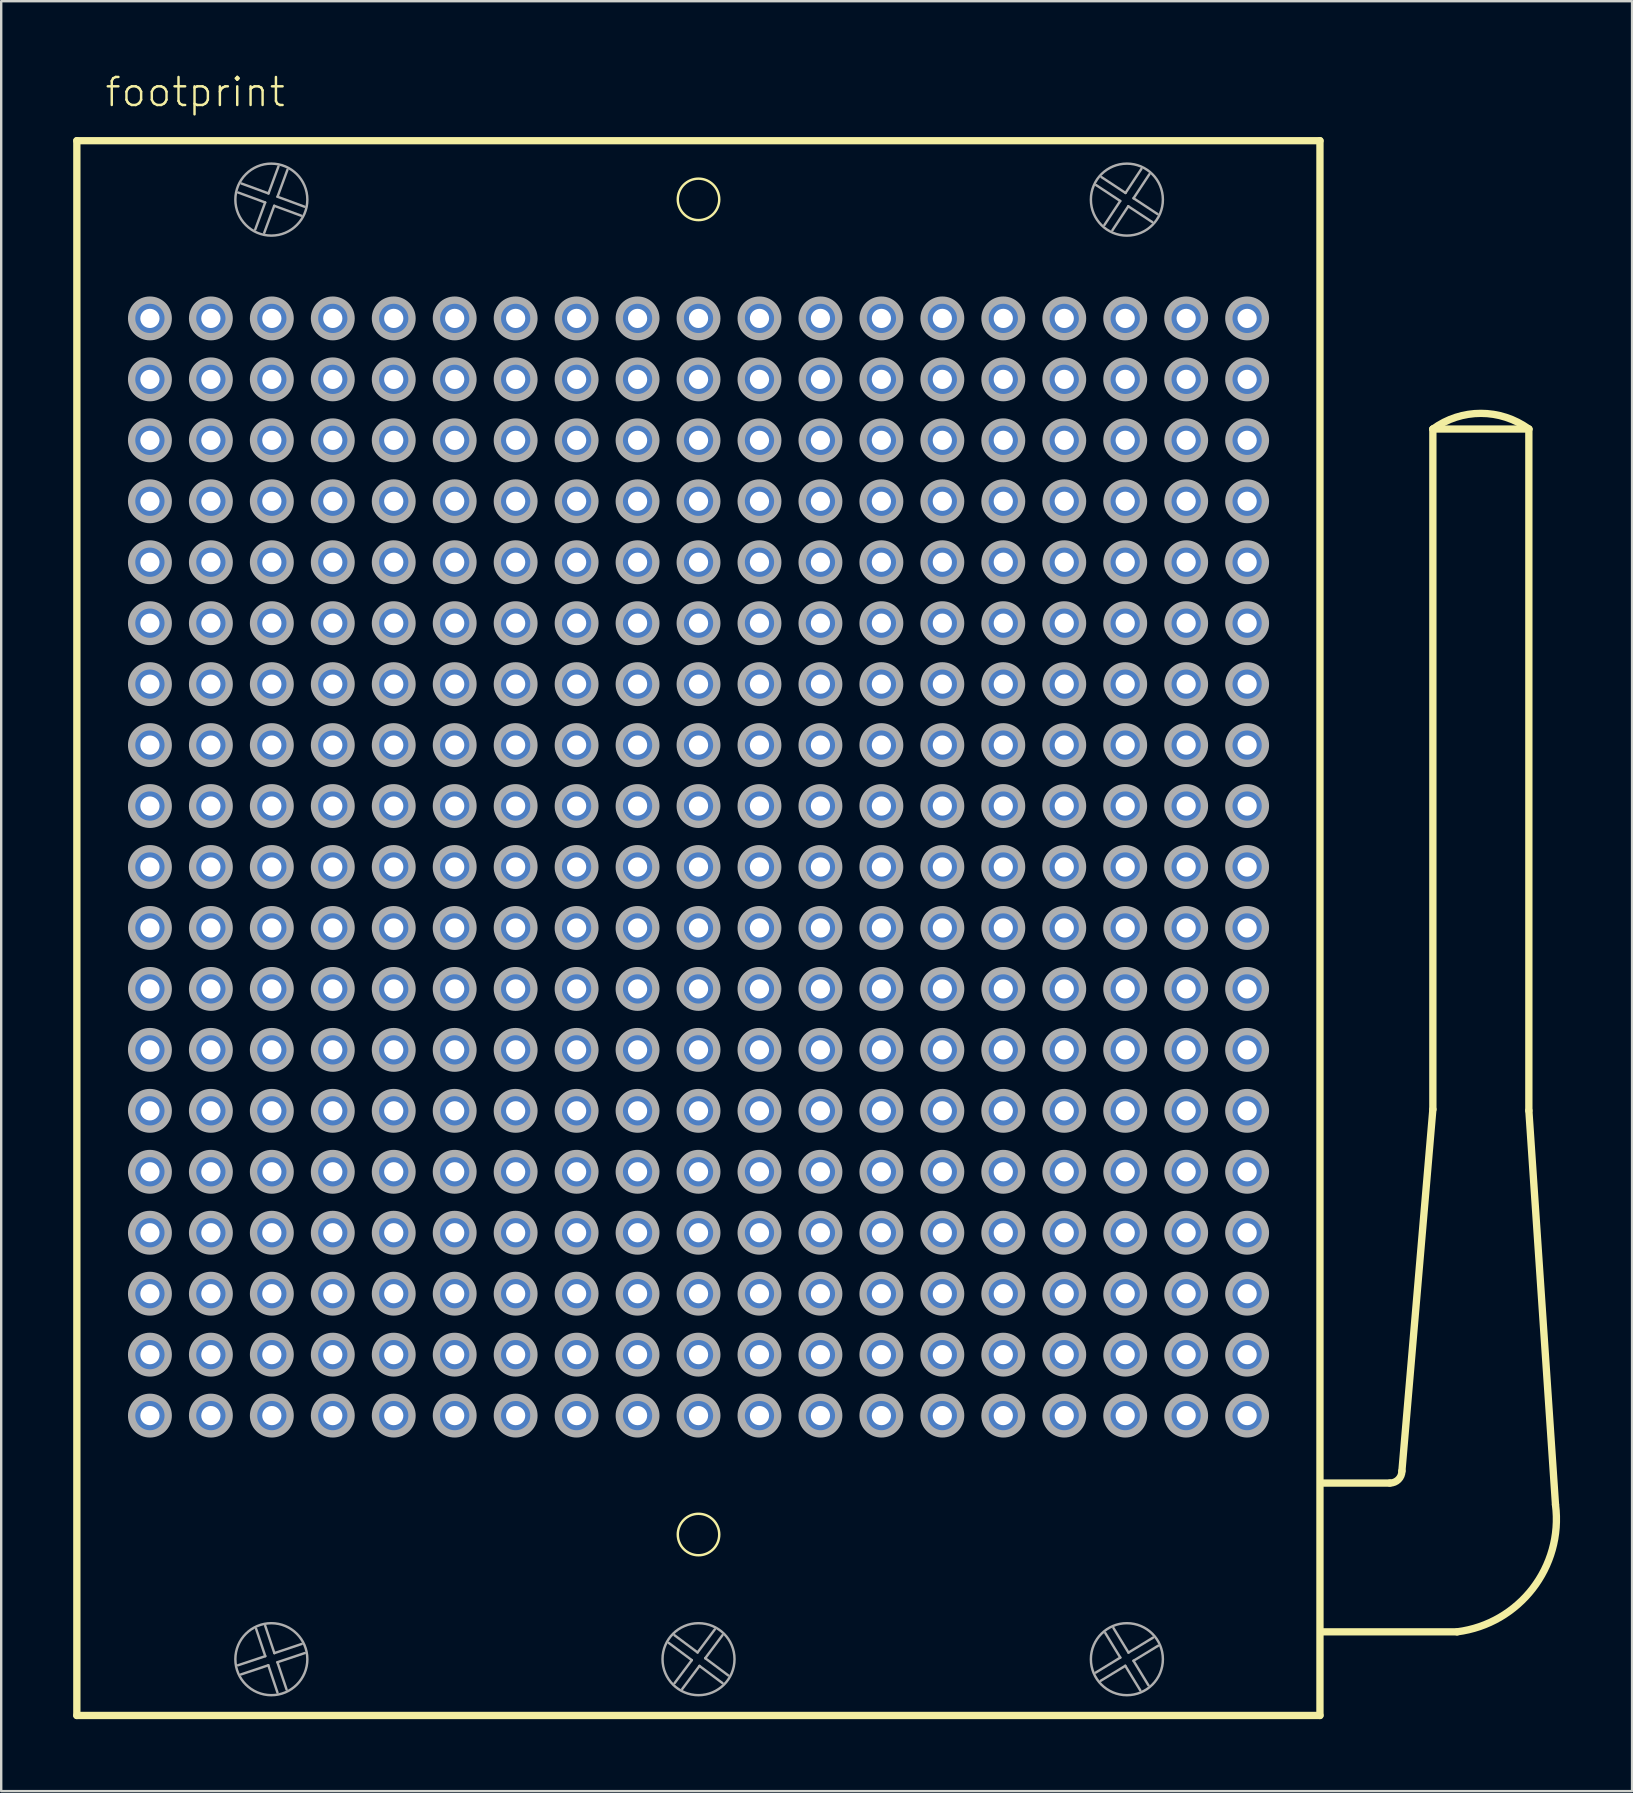
<source format=kicad_pcb>
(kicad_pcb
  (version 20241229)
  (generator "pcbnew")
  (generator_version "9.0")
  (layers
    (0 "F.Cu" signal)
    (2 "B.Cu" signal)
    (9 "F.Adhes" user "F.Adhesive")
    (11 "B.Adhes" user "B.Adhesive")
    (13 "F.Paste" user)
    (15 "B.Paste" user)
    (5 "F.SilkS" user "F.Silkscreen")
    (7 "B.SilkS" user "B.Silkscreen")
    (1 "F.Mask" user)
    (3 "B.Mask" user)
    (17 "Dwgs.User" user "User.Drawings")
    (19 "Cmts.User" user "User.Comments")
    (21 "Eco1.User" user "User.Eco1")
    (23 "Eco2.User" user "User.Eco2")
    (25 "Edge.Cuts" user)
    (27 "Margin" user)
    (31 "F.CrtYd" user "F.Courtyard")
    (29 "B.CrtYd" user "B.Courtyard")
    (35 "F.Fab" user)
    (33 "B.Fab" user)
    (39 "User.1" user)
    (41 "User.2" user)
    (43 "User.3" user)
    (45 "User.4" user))
  (footprint "footprint"
    (layer "F.Cu")
    (at 26.057 33.078)
    (property "Reference" "footprint" (at -24.795 -31.605 0) (layer "F.SilkS") (effects (font (size 1.168 1.168) (thickness 0.102)) (justify left bottom)))
    (fp_line (start -25.905 -30.265) (end 25.895 -30.265) (stroke (width 0.305) (type solid)) (layer "F.SilkS"))
    (fp_line (start -25.905 35.355) (end -25.905 -30.265) (stroke (width 0.305) (type solid)) (layer "F.SilkS"))
    (fp_line (start 25.895 -30.265) (end 25.895 35.355) (stroke (width 0.305) (type solid)) (layer "F.SilkS"))
    (fp_line (start 25.895 35.355) (end -25.905 35.355) (stroke (width 0.305) (type solid)) (layer "F.SilkS"))
    (fp_line (start 28.81 25.67) (end 26.046 25.67) (stroke (width 0.305) (type solid)) (layer "F.SilkS"))
    (fp_line (start 29.31 25.17) (end 30.6 10.1) (stroke (width 0.305) (type solid)) (layer "F.SilkS"))
    (fp_line (start 30.6 -18.25) (end 34.6 -18.25) (stroke (width 0.305) (type solid)) (layer "F.SilkS"))
    (fp_line (start 30.6 10.1) (end 30.6 -18.25) (stroke (width 0.305) (type solid)) (layer "F.SilkS"))
    (fp_line (start 31.61 31.87) (end 25.946 31.87) (stroke (width 0.305) (type solid)) (layer "F.SilkS"))
    (fp_line (start 34.6 -18.25) (end 34.6 10.15) (stroke (width 0.305) (type solid)) (layer "F.SilkS"))
    (fp_line (start 34.6 10.15) (end 35.71 26.57) (stroke (width 0.305) (type solid)) (layer "F.SilkS"))
    (fp_arc (start 29.31 25.17) (mid 29.163553 25.523553) (end 28.81 25.67) (stroke (width 0.3048) (type solid)) (layer "F.SilkS"))
    (fp_arc (start 30.6 -18.25) (mid 32.600001 -18.903325) (end 34.600001 -18.249999) (stroke (width 0.3048) (type solid)) (layer "F.SilkS"))
    (fp_arc (start 35.71 26.57) (mid 34.757666 30.069138) (end 31.61 31.87) (stroke (width 0.3048) (type solid)) (layer "F.SilkS"))
    (fp_circle (center 0 -27.82) (end 0.864 -27.82) (stroke (width 0.102) (type solid)) (fill no) (layer "F.SilkS"))
    (fp_circle (center 0 27.815) (end 0.864 27.815) (stroke (width 0.102) (type solid)) (fill no) (layer "F.SilkS"))
    (fp_line (start -19.191 33.264) (end -18.053 32.884) (stroke (width 0.102) (type solid)) (layer "F.Fab"))
    (fp_line (start -19.045 -28.481) (end -17.919 -28.067) (stroke (width 0.102) (type solid)) (layer "F.Fab"))
    (fp_line (start -18.471 -26.565) (end -18.057 -27.691) (stroke (width 0.102) (type solid)) (layer "F.Fab"))
    (fp_line (start -18.057 -27.691) (end -19.183 -28.106) (stroke (width 0.102) (type solid)) (layer "F.Fab"))
    (fp_line (start -18.055 31.619) (end -17.674 32.757) (stroke (width 0.102) (type solid)) (layer "F.Fab"))
    (fp_line (start -18.053 32.884) (end -18.434 31.746) (stroke (width 0.102) (type solid)) (layer "F.Fab"))
    (fp_line (start -17.926 33.263) (end -19.064 33.644) (stroke (width 0.102) (type solid)) (layer "F.Fab"))
    (fp_line (start -17.919 -28.067) (end -17.504 -29.193) (stroke (width 0.102) (type solid)) (layer "F.Fab"))
    (fp_line (start -17.681 -27.553) (end -18.096 -26.427) (stroke (width 0.102) (type solid)) (layer "F.Fab"))
    (fp_line (start -17.674 32.757) (end -16.536 32.376) (stroke (width 0.102) (type solid)) (layer "F.Fab"))
    (fp_line (start -17.547 33.136) (end -17.166 34.274) (stroke (width 0.102) (type solid)) (layer "F.Fab"))
    (fp_line (start -17.545 34.401) (end -17.926 33.263) (stroke (width 0.102) (type solid)) (layer "F.Fab"))
    (fp_line (start -17.543 -27.929) (end -16.417 -27.514) (stroke (width 0.102) (type solid)) (layer "F.Fab"))
    (fp_line (start -17.129 -29.055) (end -17.543 -27.929) (stroke (width 0.102) (type solid)) (layer "F.Fab"))
    (fp_line (start -16.555 -27.139) (end -17.681 -27.553) (stroke (width 0.102) (type solid)) (layer "F.Fab"))
    (fp_line (start -16.409 32.755) (end -17.547 33.136) (stroke (width 0.102) (type solid)) (layer "F.Fab"))
    (fp_line (start -1.001 32.011) (end -0.04 32.73) (stroke (width 0.102) (type solid)) (layer "F.Fab"))
    (fp_line (start -0.999 34.011) (end -0.28 33.05) (stroke (width 0.102) (type solid)) (layer "F.Fab"))
    (fp_line (start -0.28 33.05) (end -1.241 32.331) (stroke (width 0.102) (type solid)) (layer "F.Fab"))
    (fp_line (start -0.04 32.73) (end 0.678 31.769) (stroke (width 0.102) (type solid)) (layer "F.Fab"))
    (fp_line (start 0.04 33.29) (end -0.678 34.251) (stroke (width 0.102) (type solid)) (layer "F.Fab"))
    (fp_line (start 0.28 32.97) (end 1.241 33.688) (stroke (width 0.102) (type solid)) (layer "F.Fab"))
    (fp_line (start 0.999 32.009) (end 0.28 32.97) (stroke (width 0.102) (type solid)) (layer "F.Fab"))
    (fp_line (start 1.001 34.009) (end 0.04 33.29) (stroke (width 0.102) (type solid)) (layer "F.Fab"))
    (fp_line (start 16.551 33.569) (end 17.575 32.943) (stroke (width 0.102) (type solid)) (layer "F.Fab"))
    (fp_line (start 16.791 -28.748) (end 17.793 -28.087) (stroke (width 0.102) (type solid)) (layer "F.Fab"))
    (fp_line (start 16.912 -26.751) (end 17.573 -27.753) (stroke (width 0.102) (type solid)) (layer "F.Fab"))
    (fp_line (start 17.291 31.711) (end 17.916 32.735) (stroke (width 0.102) (type solid)) (layer "F.Fab"))
    (fp_line (start 17.573 -27.753) (end 16.571 -28.414) (stroke (width 0.102) (type solid)) (layer "F.Fab"))
    (fp_line (start 17.575 32.943) (end 16.95 31.919) (stroke (width 0.102) (type solid)) (layer "F.Fab"))
    (fp_line (start 17.783 33.285) (end 16.759 33.91) (stroke (width 0.102) (type solid)) (layer "F.Fab"))
    (fp_line (start 17.793 -28.087) (end 18.454 -29.089) (stroke (width 0.102) (type solid)) (layer "F.Fab"))
    (fp_line (start 17.907 -27.533) (end 17.246 -26.531) (stroke (width 0.102) (type solid)) (layer "F.Fab"))
    (fp_line (start 17.916 32.735) (end 18.941 32.11) (stroke (width 0.102) (type solid)) (layer "F.Fab"))
    (fp_line (start 18.125 33.076) (end 18.75 34.101) (stroke (width 0.102) (type solid)) (layer "F.Fab"))
    (fp_line (start 18.127 -27.867) (end 19.129 -27.206) (stroke (width 0.102) (type solid)) (layer "F.Fab"))
    (fp_line (start 18.409 34.309) (end 17.783 33.285) (stroke (width 0.102) (type solid)) (layer "F.Fab"))
    (fp_line (start 18.788 -28.869) (end 18.127 -27.867) (stroke (width 0.102) (type solid)) (layer "F.Fab"))
    (fp_line (start 18.909 -26.872) (end 17.907 -27.533) (stroke (width 0.102) (type solid)) (layer "F.Fab"))
    (fp_line (start 19.149 32.451) (end 18.125 33.076) (stroke (width 0.102) (type solid)) (layer "F.Fab"))
    (fp_circle (center -22.86 -22.86) (end -22.098 -22.86) (stroke (width 0.305) (type solid)) (fill no) (layer "F.Fab"))
    (fp_circle (center -22.86 -20.32) (end -22.098 -20.32) (stroke (width 0.305) (type solid)) (fill no) (layer "F.Fab"))
    (fp_circle (center -22.86 -17.78) (end -22.098 -17.78) (stroke (width 0.305) (type solid)) (fill no) (layer "F.Fab"))
    (fp_circle (center -22.86 -15.24) (end -22.098 -15.24) (stroke (width 0.305) (type solid)) (fill no) (layer "F.Fab"))
    (fp_circle (center -22.86 -12.7) (end -22.098 -12.7) (stroke (width 0.305) (type solid)) (fill no) (layer "F.Fab"))
    (fp_circle (center -22.86 -10.16) (end -22.098 -10.16) (stroke (width 0.305) (type solid)) (fill no) (layer "F.Fab"))
    (fp_circle (center -22.86 -7.62) (end -22.098 -7.62) (stroke (width 0.305) (type solid)) (fill no) (layer "F.Fab"))
    (fp_circle (center -22.86 -5.08) (end -22.098 -5.08) (stroke (width 0.305) (type solid)) (fill no) (layer "F.Fab"))
    (fp_circle (center -22.86 -2.54) (end -22.098 -2.54) (stroke (width 0.305) (type solid)) (fill no) (layer "F.Fab"))
    (fp_circle (center -22.86 0) (end -22.098 0) (stroke (width 0.305) (type solid)) (fill no) (layer "F.Fab"))
    (fp_circle (center -22.86 2.54) (end -22.098 2.54) (stroke (width 0.305) (type solid)) (fill no) (layer "F.Fab"))
    (fp_circle (center -22.86 5.08) (end -22.098 5.08) (stroke (width 0.305) (type solid)) (fill no) (layer "F.Fab"))
    (fp_circle (center -22.86 7.62) (end -22.098 7.62) (stroke (width 0.305) (type solid)) (fill no) (layer "F.Fab"))
    (fp_circle (center -22.86 10.16) (end -22.098 10.16) (stroke (width 0.305) (type solid)) (fill no) (layer "F.Fab"))
    (fp_circle (center -22.86 12.7) (end -22.098 12.7) (stroke (width 0.305) (type solid)) (fill no) (layer "F.Fab"))
    (fp_circle (center -22.86 15.24) (end -22.098 15.24) (stroke (width 0.305) (type solid)) (fill no) (layer "F.Fab"))
    (fp_circle (center -22.86 17.78) (end -22.098 17.78) (stroke (width 0.305) (type solid)) (fill no) (layer "F.Fab"))
    (fp_circle (center -22.86 20.32) (end -22.098 20.32) (stroke (width 0.305) (type solid)) (fill no) (layer "F.Fab"))
    (fp_circle (center -22.86 22.86) (end -22.098 22.86) (stroke (width 0.305) (type solid)) (fill no) (layer "F.Fab"))
    (fp_circle (center -20.32 -22.86) (end -19.558 -22.86) (stroke (width 0.305) (type solid)) (fill no) (layer "F.Fab"))
    (fp_circle (center -20.32 -20.32) (end -19.558 -20.32) (stroke (width 0.305) (type solid)) (fill no) (layer "F.Fab"))
    (fp_circle (center -20.32 -17.78) (end -19.558 -17.78) (stroke (width 0.305) (type solid)) (fill no) (layer "F.Fab"))
    (fp_circle (center -20.32 -15.24) (end -19.558 -15.24) (stroke (width 0.305) (type solid)) (fill no) (layer "F.Fab"))
    (fp_circle (center -20.32 -12.7) (end -19.558 -12.7) (stroke (width 0.305) (type solid)) (fill no) (layer "F.Fab"))
    (fp_circle (center -20.32 -10.16) (end -19.558 -10.16) (stroke (width 0.305) (type solid)) (fill no) (layer "F.Fab"))
    (fp_circle (center -20.32 -7.62) (end -19.558 -7.62) (stroke (width 0.305) (type solid)) (fill no) (layer "F.Fab"))
    (fp_circle (center -20.32 -5.08) (end -19.558 -5.08) (stroke (width 0.305) (type solid)) (fill no) (layer "F.Fab"))
    (fp_circle (center -20.32 -2.54) (end -19.558 -2.54) (stroke (width 0.305) (type solid)) (fill no) (layer "F.Fab"))
    (fp_circle (center -20.32 0) (end -19.558 0) (stroke (width 0.305) (type solid)) (fill no) (layer "F.Fab"))
    (fp_circle (center -20.32 2.54) (end -19.558 2.54) (stroke (width 0.305) (type solid)) (fill no) (layer "F.Fab"))
    (fp_circle (center -20.32 5.08) (end -19.558 5.08) (stroke (width 0.305) (type solid)) (fill no) (layer "F.Fab"))
    (fp_circle (center -20.32 7.62) (end -19.558 7.62) (stroke (width 0.305) (type solid)) (fill no) (layer "F.Fab"))
    (fp_circle (center -20.32 10.16) (end -19.558 10.16) (stroke (width 0.305) (type solid)) (fill no) (layer "F.Fab"))
    (fp_circle (center -20.32 12.7) (end -19.558 12.7) (stroke (width 0.305) (type solid)) (fill no) (layer "F.Fab"))
    (fp_circle (center -20.32 15.24) (end -19.558 15.24) (stroke (width 0.305) (type solid)) (fill no) (layer "F.Fab"))
    (fp_circle (center -20.32 17.78) (end -19.558 17.78) (stroke (width 0.305) (type solid)) (fill no) (layer "F.Fab"))
    (fp_circle (center -20.32 20.32) (end -19.558 20.32) (stroke (width 0.305) (type solid)) (fill no) (layer "F.Fab"))
    (fp_circle (center -20.32 22.86) (end -19.558 22.86) (stroke (width 0.305) (type solid)) (fill no) (layer "F.Fab"))
    (fp_circle (center -17.8 -27.81) (end -16.3 -27.81) (stroke (width 0.102) (type solid)) (fill no) (layer "F.Fab"))
    (fp_circle (center -17.8 33.01) (end -16.3 33.01) (stroke (width 0.102) (type solid)) (fill no) (layer "F.Fab"))
    (fp_circle (center -17.78 -22.86) (end -17.018 -22.86) (stroke (width 0.305) (type solid)) (fill no) (layer "F.Fab"))
    (fp_circle (center -17.78 -20.32) (end -17.018 -20.32) (stroke (width 0.305) (type solid)) (fill no) (layer "F.Fab"))
    (fp_circle (center -17.78 -17.78) (end -17.018 -17.78) (stroke (width 0.305) (type solid)) (fill no) (layer "F.Fab"))
    (fp_circle (center -17.78 -15.24) (end -17.018 -15.24) (stroke (width 0.305) (type solid)) (fill no) (layer "F.Fab"))
    (fp_circle (center -17.78 -12.7) (end -17.018 -12.7) (stroke (width 0.305) (type solid)) (fill no) (layer "F.Fab"))
    (fp_circle (center -17.78 -10.16) (end -17.018 -10.16) (stroke (width 0.305) (type solid)) (fill no) (layer "F.Fab"))
    (fp_circle (center -17.78 -7.62) (end -17.018 -7.62) (stroke (width 0.305) (type solid)) (fill no) (layer "F.Fab"))
    (fp_circle (center -17.78 -5.08) (end -17.018 -5.08) (stroke (width 0.305) (type solid)) (fill no) (layer "F.Fab"))
    (fp_circle (center -17.78 -2.54) (end -17.018 -2.54) (stroke (width 0.305) (type solid)) (fill no) (layer "F.Fab"))
    (fp_circle (center -17.78 0) (end -17.018 0) (stroke (width 0.305) (type solid)) (fill no) (layer "F.Fab"))
    (fp_circle (center -17.78 2.54) (end -17.018 2.54) (stroke (width 0.305) (type solid)) (fill no) (layer "F.Fab"))
    (fp_circle (center -17.78 5.08) (end -17.018 5.08) (stroke (width 0.305) (type solid)) (fill no) (layer "F.Fab"))
    (fp_circle (center -17.78 7.62) (end -17.018 7.62) (stroke (width 0.305) (type solid)) (fill no) (layer "F.Fab"))
    (fp_circle (center -17.78 10.16) (end -17.018 10.16) (stroke (width 0.305) (type solid)) (fill no) (layer "F.Fab"))
    (fp_circle (center -17.78 12.7) (end -17.018 12.7) (stroke (width 0.305) (type solid)) (fill no) (layer "F.Fab"))
    (fp_circle (center -17.78 15.24) (end -17.018 15.24) (stroke (width 0.305) (type solid)) (fill no) (layer "F.Fab"))
    (fp_circle (center -17.78 17.78) (end -17.018 17.78) (stroke (width 0.305) (type solid)) (fill no) (layer "F.Fab"))
    (fp_circle (center -17.78 20.32) (end -17.018 20.32) (stroke (width 0.305) (type solid)) (fill no) (layer "F.Fab"))
    (fp_circle (center -17.78 22.86) (end -17.018 22.86) (stroke (width 0.305) (type solid)) (fill no) (layer "F.Fab"))
    (fp_circle (center -15.24 -22.86) (end -14.478 -22.86) (stroke (width 0.305) (type solid)) (fill no) (layer "F.Fab"))
    (fp_circle (center -15.24 -20.32) (end -14.478 -20.32) (stroke (width 0.305) (type solid)) (fill no) (layer "F.Fab"))
    (fp_circle (center -15.24 -17.78) (end -14.478 -17.78) (stroke (width 0.305) (type solid)) (fill no) (layer "F.Fab"))
    (fp_circle (center -15.24 -15.24) (end -14.478 -15.24) (stroke (width 0.305) (type solid)) (fill no) (layer "F.Fab"))
    (fp_circle (center -15.24 -12.7) (end -14.478 -12.7) (stroke (width 0.305) (type solid)) (fill no) (layer "F.Fab"))
    (fp_circle (center -15.24 -10.16) (end -14.478 -10.16) (stroke (width 0.305) (type solid)) (fill no) (layer "F.Fab"))
    (fp_circle (center -15.24 -7.62) (end -14.478 -7.62) (stroke (width 0.305) (type solid)) (fill no) (layer "F.Fab"))
    (fp_circle (center -15.24 -5.08) (end -14.478 -5.08) (stroke (width 0.305) (type solid)) (fill no) (layer "F.Fab"))
    (fp_circle (center -15.24 -2.54) (end -14.478 -2.54) (stroke (width 0.305) (type solid)) (fill no) (layer "F.Fab"))
    (fp_circle (center -15.24 0) (end -14.478 0) (stroke (width 0.305) (type solid)) (fill no) (layer "F.Fab"))
    (fp_circle (center -15.24 2.54) (end -14.478 2.54) (stroke (width 0.305) (type solid)) (fill no) (layer "F.Fab"))
    (fp_circle (center -15.24 5.08) (end -14.478 5.08) (stroke (width 0.305) (type solid)) (fill no) (layer "F.Fab"))
    (fp_circle (center -15.24 7.62) (end -14.478 7.62) (stroke (width 0.305) (type solid)) (fill no) (layer "F.Fab"))
    (fp_circle (center -15.24 10.16) (end -14.478 10.16) (stroke (width 0.305) (type solid)) (fill no) (layer "F.Fab"))
    (fp_circle (center -15.24 12.7) (end -14.478 12.7) (stroke (width 0.305) (type solid)) (fill no) (layer "F.Fab"))
    (fp_circle (center -15.24 15.24) (end -14.478 15.24) (stroke (width 0.305) (type solid)) (fill no) (layer "F.Fab"))
    (fp_circle (center -15.24 17.78) (end -14.478 17.78) (stroke (width 0.305) (type solid)) (fill no) (layer "F.Fab"))
    (fp_circle (center -15.24 20.32) (end -14.478 20.32) (stroke (width 0.305) (type solid)) (fill no) (layer "F.Fab"))
    (fp_circle (center -15.24 22.86) (end -14.478 22.86) (stroke (width 0.305) (type solid)) (fill no) (layer "F.Fab"))
    (fp_circle (center -12.7 -22.86) (end -11.938 -22.86) (stroke (width 0.305) (type solid)) (fill no) (layer "F.Fab"))
    (fp_circle (center -12.7 -20.32) (end -11.938 -20.32) (stroke (width 0.305) (type solid)) (fill no) (layer "F.Fab"))
    (fp_circle (center -12.7 -17.78) (end -11.938 -17.78) (stroke (width 0.305) (type solid)) (fill no) (layer "F.Fab"))
    (fp_circle (center -12.7 -15.24) (end -11.938 -15.24) (stroke (width 0.305) (type solid)) (fill no) (layer "F.Fab"))
    (fp_circle (center -12.7 -12.7) (end -11.938 -12.7) (stroke (width 0.305) (type solid)) (fill no) (layer "F.Fab"))
    (fp_circle (center -12.7 -10.16) (end -11.938 -10.16) (stroke (width 0.305) (type solid)) (fill no) (layer "F.Fab"))
    (fp_circle (center -12.7 -7.62) (end -11.938 -7.62) (stroke (width 0.305) (type solid)) (fill no) (layer "F.Fab"))
    (fp_circle (center -12.7 -5.08) (end -11.938 -5.08) (stroke (width 0.305) (type solid)) (fill no) (layer "F.Fab"))
    (fp_circle (center -12.7 -2.54) (end -11.938 -2.54) (stroke (width 0.305) (type solid)) (fill no) (layer "F.Fab"))
    (fp_circle (center -12.7 0) (end -11.938 0) (stroke (width 0.305) (type solid)) (fill no) (layer "F.Fab"))
    (fp_circle (center -12.7 2.54) (end -11.938 2.54) (stroke (width 0.305) (type solid)) (fill no) (layer "F.Fab"))
    (fp_circle (center -12.7 5.08) (end -11.938 5.08) (stroke (width 0.305) (type solid)) (fill no) (layer "F.Fab"))
    (fp_circle (center -12.7 7.62) (end -11.938 7.62) (stroke (width 0.305) (type solid)) (fill no) (layer "F.Fab"))
    (fp_circle (center -12.7 10.16) (end -11.938 10.16) (stroke (width 0.305) (type solid)) (fill no) (layer "F.Fab"))
    (fp_circle (center -12.7 12.7) (end -11.938 12.7) (stroke (width 0.305) (type solid)) (fill no) (layer "F.Fab"))
    (fp_circle (center -12.7 15.24) (end -11.938 15.24) (stroke (width 0.305) (type solid)) (fill no) (layer "F.Fab"))
    (fp_circle (center -12.7 17.78) (end -11.938 17.78) (stroke (width 0.305) (type solid)) (fill no) (layer "F.Fab"))
    (fp_circle (center -12.7 20.32) (end -11.938 20.32) (stroke (width 0.305) (type solid)) (fill no) (layer "F.Fab"))
    (fp_circle (center -12.7 22.86) (end -11.938 22.86) (stroke (width 0.305) (type solid)) (fill no) (layer "F.Fab"))
    (fp_circle (center -10.16 -22.86) (end -9.398 -22.86) (stroke (width 0.305) (type solid)) (fill no) (layer "F.Fab"))
    (fp_circle (center -10.16 -20.32) (end -9.398 -20.32) (stroke (width 0.305) (type solid)) (fill no) (layer "F.Fab"))
    (fp_circle (center -10.16 -17.78) (end -9.398 -17.78) (stroke (width 0.305) (type solid)) (fill no) (layer "F.Fab"))
    (fp_circle (center -10.16 -15.24) (end -9.398 -15.24) (stroke (width 0.305) (type solid)) (fill no) (layer "F.Fab"))
    (fp_circle (center -10.16 -12.7) (end -9.398 -12.7) (stroke (width 0.305) (type solid)) (fill no) (layer "F.Fab"))
    (fp_circle (center -10.16 -10.16) (end -9.398 -10.16) (stroke (width 0.305) (type solid)) (fill no) (layer "F.Fab"))
    (fp_circle (center -10.16 -7.62) (end -9.398 -7.62) (stroke (width 0.305) (type solid)) (fill no) (layer "F.Fab"))
    (fp_circle (center -10.16 -5.08) (end -9.398 -5.08) (stroke (width 0.305) (type solid)) (fill no) (layer "F.Fab"))
    (fp_circle (center -10.16 -2.54) (end -9.398 -2.54) (stroke (width 0.305) (type solid)) (fill no) (layer "F.Fab"))
    (fp_circle (center -10.16 0) (end -9.398 0) (stroke (width 0.305) (type solid)) (fill no) (layer "F.Fab"))
    (fp_circle (center -10.16 2.54) (end -9.398 2.54) (stroke (width 0.305) (type solid)) (fill no) (layer "F.Fab"))
    (fp_circle (center -10.16 5.08) (end -9.398 5.08) (stroke (width 0.305) (type solid)) (fill no) (layer "F.Fab"))
    (fp_circle (center -10.16 7.62) (end -9.398 7.62) (stroke (width 0.305) (type solid)) (fill no) (layer "F.Fab"))
    (fp_circle (center -10.16 10.16) (end -9.398 10.16) (stroke (width 0.305) (type solid)) (fill no) (layer "F.Fab"))
    (fp_circle (center -10.16 12.7) (end -9.398 12.7) (stroke (width 0.305) (type solid)) (fill no) (layer "F.Fab"))
    (fp_circle (center -10.16 15.24) (end -9.398 15.24) (stroke (width 0.305) (type solid)) (fill no) (layer "F.Fab"))
    (fp_circle (center -10.16 17.78) (end -9.398 17.78) (stroke (width 0.305) (type solid)) (fill no) (layer "F.Fab"))
    (fp_circle (center -10.16 20.32) (end -9.398 20.32) (stroke (width 0.305) (type solid)) (fill no) (layer "F.Fab"))
    (fp_circle (center -10.16 22.86) (end -9.398 22.86) (stroke (width 0.305) (type solid)) (fill no) (layer "F.Fab"))
    (fp_circle (center -7.62 -22.86) (end -6.858 -22.86) (stroke (width 0.305) (type solid)) (fill no) (layer "F.Fab"))
    (fp_circle (center -7.62 -20.32) (end -6.858 -20.32) (stroke (width 0.305) (type solid)) (fill no) (layer "F.Fab"))
    (fp_circle (center -7.62 -17.78) (end -6.858 -17.78) (stroke (width 0.305) (type solid)) (fill no) (layer "F.Fab"))
    (fp_circle (center -7.62 -15.24) (end -6.858 -15.24) (stroke (width 0.305) (type solid)) (fill no) (layer "F.Fab"))
    (fp_circle (center -7.62 -12.7) (end -6.858 -12.7) (stroke (width 0.305) (type solid)) (fill no) (layer "F.Fab"))
    (fp_circle (center -7.62 -10.16) (end -6.858 -10.16) (stroke (width 0.305) (type solid)) (fill no) (layer "F.Fab"))
    (fp_circle (center -7.62 -7.62) (end -6.858 -7.62) (stroke (width 0.305) (type solid)) (fill no) (layer "F.Fab"))
    (fp_circle (center -7.62 -5.08) (end -6.858 -5.08) (stroke (width 0.305) (type solid)) (fill no) (layer "F.Fab"))
    (fp_circle (center -7.62 -2.54) (end -6.858 -2.54) (stroke (width 0.305) (type solid)) (fill no) (layer "F.Fab"))
    (fp_circle (center -7.62 0) (end -6.858 0) (stroke (width 0.305) (type solid)) (fill no) (layer "F.Fab"))
    (fp_circle (center -7.62 2.54) (end -6.858 2.54) (stroke (width 0.305) (type solid)) (fill no) (layer "F.Fab"))
    (fp_circle (center -7.62 5.08) (end -6.858 5.08) (stroke (width 0.305) (type solid)) (fill no) (layer "F.Fab"))
    (fp_circle (center -7.62 7.62) (end -6.858 7.62) (stroke (width 0.305) (type solid)) (fill no) (layer "F.Fab"))
    (fp_circle (center -7.62 10.16) (end -6.858 10.16) (stroke (width 0.305) (type solid)) (fill no) (layer "F.Fab"))
    (fp_circle (center -7.62 12.7) (end -6.858 12.7) (stroke (width 0.305) (type solid)) (fill no) (layer "F.Fab"))
    (fp_circle (center -7.62 15.24) (end -6.858 15.24) (stroke (width 0.305) (type solid)) (fill no) (layer "F.Fab"))
    (fp_circle (center -7.62 17.78) (end -6.858 17.78) (stroke (width 0.305) (type solid)) (fill no) (layer "F.Fab"))
    (fp_circle (center -7.62 20.32) (end -6.858 20.32) (stroke (width 0.305) (type solid)) (fill no) (layer "F.Fab"))
    (fp_circle (center -7.62 22.86) (end -6.858 22.86) (stroke (width 0.305) (type solid)) (fill no) (layer "F.Fab"))
    (fp_circle (center -5.08 -22.86) (end -4.318 -22.86) (stroke (width 0.305) (type solid)) (fill no) (layer "F.Fab"))
    (fp_circle (center -5.08 -20.32) (end -4.318 -20.32) (stroke (width 0.305) (type solid)) (fill no) (layer "F.Fab"))
    (fp_circle (center -5.08 -17.78) (end -4.318 -17.78) (stroke (width 0.305) (type solid)) (fill no) (layer "F.Fab"))
    (fp_circle (center -5.08 -15.24) (end -4.318 -15.24) (stroke (width 0.305) (type solid)) (fill no) (layer "F.Fab"))
    (fp_circle (center -5.08 -12.7) (end -4.318 -12.7) (stroke (width 0.305) (type solid)) (fill no) (layer "F.Fab"))
    (fp_circle (center -5.08 -10.16) (end -4.318 -10.16) (stroke (width 0.305) (type solid)) (fill no) (layer "F.Fab"))
    (fp_circle (center -5.08 -7.62) (end -4.318 -7.62) (stroke (width 0.305) (type solid)) (fill no) (layer "F.Fab"))
    (fp_circle (center -5.08 -5.08) (end -4.318 -5.08) (stroke (width 0.305) (type solid)) (fill no) (layer "F.Fab"))
    (fp_circle (center -5.08 -2.54) (end -4.318 -2.54) (stroke (width 0.305) (type solid)) (fill no) (layer "F.Fab"))
    (fp_circle (center -5.08 0) (end -4.318 0) (stroke (width 0.305) (type solid)) (fill no) (layer "F.Fab"))
    (fp_circle (center -5.08 2.54) (end -4.318 2.54) (stroke (width 0.305) (type solid)) (fill no) (layer "F.Fab"))
    (fp_circle (center -5.08 5.08) (end -4.318 5.08) (stroke (width 0.305) (type solid)) (fill no) (layer "F.Fab"))
    (fp_circle (center -5.08 7.62) (end -4.318 7.62) (stroke (width 0.305) (type solid)) (fill no) (layer "F.Fab"))
    (fp_circle (center -5.08 10.16) (end -4.318 10.16) (stroke (width 0.305) (type solid)) (fill no) (layer "F.Fab"))
    (fp_circle (center -5.08 12.7) (end -4.318 12.7) (stroke (width 0.305) (type solid)) (fill no) (layer "F.Fab"))
    (fp_circle (center -5.08 15.24) (end -4.318 15.24) (stroke (width 0.305) (type solid)) (fill no) (layer "F.Fab"))
    (fp_circle (center -5.08 17.78) (end -4.318 17.78) (stroke (width 0.305) (type solid)) (fill no) (layer "F.Fab"))
    (fp_circle (center -5.08 20.32) (end -4.318 20.32) (stroke (width 0.305) (type solid)) (fill no) (layer "F.Fab"))
    (fp_circle (center -5.08 22.86) (end -4.318 22.86) (stroke (width 0.305) (type solid)) (fill no) (layer "F.Fab"))
    (fp_circle (center -2.54 -22.86) (end -1.778 -22.86) (stroke (width 0.305) (type solid)) (fill no) (layer "F.Fab"))
    (fp_circle (center -2.54 -20.32) (end -1.778 -20.32) (stroke (width 0.305) (type solid)) (fill no) (layer "F.Fab"))
    (fp_circle (center -2.54 -17.78) (end -1.778 -17.78) (stroke (width 0.305) (type solid)) (fill no) (layer "F.Fab"))
    (fp_circle (center -2.54 -15.24) (end -1.778 -15.24) (stroke (width 0.305) (type solid)) (fill no) (layer "F.Fab"))
    (fp_circle (center -2.54 -12.7) (end -1.778 -12.7) (stroke (width 0.305) (type solid)) (fill no) (layer "F.Fab"))
    (fp_circle (center -2.54 -10.16) (end -1.778 -10.16) (stroke (width 0.305) (type solid)) (fill no) (layer "F.Fab"))
    (fp_circle (center -2.54 -7.62) (end -1.778 -7.62) (stroke (width 0.305) (type solid)) (fill no) (layer "F.Fab"))
    (fp_circle (center -2.54 -5.08) (end -1.778 -5.08) (stroke (width 0.305) (type solid)) (fill no) (layer "F.Fab"))
    (fp_circle (center -2.54 -2.54) (end -1.778 -2.54) (stroke (width 0.305) (type solid)) (fill no) (layer "F.Fab"))
    (fp_circle (center -2.54 0) (end -1.778 0) (stroke (width 0.305) (type solid)) (fill no) (layer "F.Fab"))
    (fp_circle (center -2.54 2.54) (end -1.778 2.54) (stroke (width 0.305) (type solid)) (fill no) (layer "F.Fab"))
    (fp_circle (center -2.54 5.08) (end -1.778 5.08) (stroke (width 0.305) (type solid)) (fill no) (layer "F.Fab"))
    (fp_circle (center -2.54 7.62) (end -1.778 7.62) (stroke (width 0.305) (type solid)) (fill no) (layer "F.Fab"))
    (fp_circle (center -2.54 10.16) (end -1.778 10.16) (stroke (width 0.305) (type solid)) (fill no) (layer "F.Fab"))
    (fp_circle (center -2.54 12.7) (end -1.778 12.7) (stroke (width 0.305) (type solid)) (fill no) (layer "F.Fab"))
    (fp_circle (center -2.54 15.24) (end -1.778 15.24) (stroke (width 0.305) (type solid)) (fill no) (layer "F.Fab"))
    (fp_circle (center -2.54 17.78) (end -1.778 17.78) (stroke (width 0.305) (type solid)) (fill no) (layer "F.Fab"))
    (fp_circle (center -2.54 20.32) (end -1.778 20.32) (stroke (width 0.305) (type solid)) (fill no) (layer "F.Fab"))
    (fp_circle (center -2.54 22.86) (end -1.778 22.86) (stroke (width 0.305) (type solid)) (fill no) (layer "F.Fab"))
    (fp_circle (center 0 -22.86) (end 0.762 -22.86) (stroke (width 0.305) (type solid)) (fill no) (layer "F.Fab"))
    (fp_circle (center 0 -20.32) (end 0.762 -20.32) (stroke (width 0.305) (type solid)) (fill no) (layer "F.Fab"))
    (fp_circle (center 0 -17.78) (end 0.762 -17.78) (stroke (width 0.305) (type solid)) (fill no) (layer "F.Fab"))
    (fp_circle (center 0 -15.24) (end 0.762 -15.24) (stroke (width 0.305) (type solid)) (fill no) (layer "F.Fab"))
    (fp_circle (center 0 -12.7) (end 0.762 -12.7) (stroke (width 0.305) (type solid)) (fill no) (layer "F.Fab"))
    (fp_circle (center 0 -10.16) (end 0.762 -10.16) (stroke (width 0.305) (type solid)) (fill no) (layer "F.Fab"))
    (fp_circle (center 0 -7.62) (end 0.762 -7.62) (stroke (width 0.305) (type solid)) (fill no) (layer "F.Fab"))
    (fp_circle (center 0 -5.08) (end 0.762 -5.08) (stroke (width 0.305) (type solid)) (fill no) (layer "F.Fab"))
    (fp_circle (center 0 -2.54) (end 0.762 -2.54) (stroke (width 0.305) (type solid)) (fill no) (layer "F.Fab"))
    (fp_circle (center 0 0) (end 0.762 0) (stroke (width 0.305) (type solid)) (fill no) (layer "F.Fab"))
    (fp_circle (center 0 2.54) (end 0.762 2.54) (stroke (width 0.305) (type solid)) (fill no) (layer "F.Fab"))
    (fp_circle (center 0 5.08) (end 0.762 5.08) (stroke (width 0.305) (type solid)) (fill no) (layer "F.Fab"))
    (fp_circle (center 0 7.62) (end 0.762 7.62) (stroke (width 0.305) (type solid)) (fill no) (layer "F.Fab"))
    (fp_circle (center 0 10.16) (end 0.762 10.16) (stroke (width 0.305) (type solid)) (fill no) (layer "F.Fab"))
    (fp_circle (center 0 12.7) (end 0.762 12.7) (stroke (width 0.305) (type solid)) (fill no) (layer "F.Fab"))
    (fp_circle (center 0 15.24) (end 0.762 15.24) (stroke (width 0.305) (type solid)) (fill no) (layer "F.Fab"))
    (fp_circle (center 0 17.78) (end 0.762 17.78) (stroke (width 0.305) (type solid)) (fill no) (layer "F.Fab"))
    (fp_circle (center 0 20.32) (end 0.762 20.32) (stroke (width 0.305) (type solid)) (fill no) (layer "F.Fab"))
    (fp_circle (center 0 22.86) (end 0.762 22.86) (stroke (width 0.305) (type solid)) (fill no) (layer "F.Fab"))
    (fp_circle (center 0 33.01) (end 1.5 33.01) (stroke (width 0.102) (type solid)) (fill no) (layer "F.Fab"))
    (fp_circle (center 2.54 -22.86) (end 3.302 -22.86) (stroke (width 0.305) (type solid)) (fill no) (layer "F.Fab"))
    (fp_circle (center 2.54 -20.32) (end 3.302 -20.32) (stroke (width 0.305) (type solid)) (fill no) (layer "F.Fab"))
    (fp_circle (center 2.54 -17.78) (end 3.302 -17.78) (stroke (width 0.305) (type solid)) (fill no) (layer "F.Fab"))
    (fp_circle (center 2.54 -15.24) (end 3.302 -15.24) (stroke (width 0.305) (type solid)) (fill no) (layer "F.Fab"))
    (fp_circle (center 2.54 -12.7) (end 3.302 -12.7) (stroke (width 0.305) (type solid)) (fill no) (layer "F.Fab"))
    (fp_circle (center 2.54 -10.16) (end 3.302 -10.16) (stroke (width 0.305) (type solid)) (fill no) (layer "F.Fab"))
    (fp_circle (center 2.54 -7.62) (end 3.302 -7.62) (stroke (width 0.305) (type solid)) (fill no) (layer "F.Fab"))
    (fp_circle (center 2.54 -5.08) (end 3.302 -5.08) (stroke (width 0.305) (type solid)) (fill no) (layer "F.Fab"))
    (fp_circle (center 2.54 -2.54) (end 3.302 -2.54) (stroke (width 0.305) (type solid)) (fill no) (layer "F.Fab"))
    (fp_circle (center 2.54 0) (end 3.302 0) (stroke (width 0.305) (type solid)) (fill no) (layer "F.Fab"))
    (fp_circle (center 2.54 2.54) (end 3.302 2.54) (stroke (width 0.305) (type solid)) (fill no) (layer "F.Fab"))
    (fp_circle (center 2.54 5.08) (end 3.302 5.08) (stroke (width 0.305) (type solid)) (fill no) (layer "F.Fab"))
    (fp_circle (center 2.54 7.62) (end 3.302 7.62) (stroke (width 0.305) (type solid)) (fill no) (layer "F.Fab"))
    (fp_circle (center 2.54 10.16) (end 3.302 10.16) (stroke (width 0.305) (type solid)) (fill no) (layer "F.Fab"))
    (fp_circle (center 2.54 12.7) (end 3.302 12.7) (stroke (width 0.305) (type solid)) (fill no) (layer "F.Fab"))
    (fp_circle (center 2.54 15.24) (end 3.302 15.24) (stroke (width 0.305) (type solid)) (fill no) (layer "F.Fab"))
    (fp_circle (center 2.54 17.78) (end 3.302 17.78) (stroke (width 0.305) (type solid)) (fill no) (layer "F.Fab"))
    (fp_circle (center 2.54 20.32) (end 3.302 20.32) (stroke (width 0.305) (type solid)) (fill no) (layer "F.Fab"))
    (fp_circle (center 2.54 22.86) (end 3.302 22.86) (stroke (width 0.305) (type solid)) (fill no) (layer "F.Fab"))
    (fp_circle (center 5.08 -22.86) (end 5.842 -22.86) (stroke (width 0.305) (type solid)) (fill no) (layer "F.Fab"))
    (fp_circle (center 5.08 -20.32) (end 5.842 -20.32) (stroke (width 0.305) (type solid)) (fill no) (layer "F.Fab"))
    (fp_circle (center 5.08 -17.78) (end 5.842 -17.78) (stroke (width 0.305) (type solid)) (fill no) (layer "F.Fab"))
    (fp_circle (center 5.08 -15.24) (end 5.842 -15.24) (stroke (width 0.305) (type solid)) (fill no) (layer "F.Fab"))
    (fp_circle (center 5.08 -12.7) (end 5.842 -12.7) (stroke (width 0.305) (type solid)) (fill no) (layer "F.Fab"))
    (fp_circle (center 5.08 -10.16) (end 5.842 -10.16) (stroke (width 0.305) (type solid)) (fill no) (layer "F.Fab"))
    (fp_circle (center 5.08 -7.62) (end 5.842 -7.62) (stroke (width 0.305) (type solid)) (fill no) (layer "F.Fab"))
    (fp_circle (center 5.08 -5.08) (end 5.842 -5.08) (stroke (width 0.305) (type solid)) (fill no) (layer "F.Fab"))
    (fp_circle (center 5.08 -2.54) (end 5.842 -2.54) (stroke (width 0.305) (type solid)) (fill no) (layer "F.Fab"))
    (fp_circle (center 5.08 0) (end 5.842 0) (stroke (width 0.305) (type solid)) (fill no) (layer "F.Fab"))
    (fp_circle (center 5.08 2.54) (end 5.842 2.54) (stroke (width 0.305) (type solid)) (fill no) (layer "F.Fab"))
    (fp_circle (center 5.08 5.08) (end 5.842 5.08) (stroke (width 0.305) (type solid)) (fill no) (layer "F.Fab"))
    (fp_circle (center 5.08 7.62) (end 5.842 7.62) (stroke (width 0.305) (type solid)) (fill no) (layer "F.Fab"))
    (fp_circle (center 5.08 10.16) (end 5.842 10.16) (stroke (width 0.305) (type solid)) (fill no) (layer "F.Fab"))
    (fp_circle (center 5.08 12.7) (end 5.842 12.7) (stroke (width 0.305) (type solid)) (fill no) (layer "F.Fab"))
    (fp_circle (center 5.08 15.24) (end 5.842 15.24) (stroke (width 0.305) (type solid)) (fill no) (layer "F.Fab"))
    (fp_circle (center 5.08 17.78) (end 5.842 17.78) (stroke (width 0.305) (type solid)) (fill no) (layer "F.Fab"))
    (fp_circle (center 5.08 20.32) (end 5.842 20.32) (stroke (width 0.305) (type solid)) (fill no) (layer "F.Fab"))
    (fp_circle (center 5.08 22.86) (end 5.842 22.86) (stroke (width 0.305) (type solid)) (fill no) (layer "F.Fab"))
    (fp_circle (center 7.62 -22.86) (end 8.382 -22.86) (stroke (width 0.305) (type solid)) (fill no) (layer "F.Fab"))
    (fp_circle (center 7.62 -20.32) (end 8.382 -20.32) (stroke (width 0.305) (type solid)) (fill no) (layer "F.Fab"))
    (fp_circle (center 7.62 -17.78) (end 8.382 -17.78) (stroke (width 0.305) (type solid)) (fill no) (layer "F.Fab"))
    (fp_circle (center 7.62 -15.24) (end 8.382 -15.24) (stroke (width 0.305) (type solid)) (fill no) (layer "F.Fab"))
    (fp_circle (center 7.62 -12.7) (end 8.382 -12.7) (stroke (width 0.305) (type solid)) (fill no) (layer "F.Fab"))
    (fp_circle (center 7.62 -10.16) (end 8.382 -10.16) (stroke (width 0.305) (type solid)) (fill no) (layer "F.Fab"))
    (fp_circle (center 7.62 -7.62) (end 8.382 -7.62) (stroke (width 0.305) (type solid)) (fill no) (layer "F.Fab"))
    (fp_circle (center 7.62 -5.08) (end 8.382 -5.08) (stroke (width 0.305) (type solid)) (fill no) (layer "F.Fab"))
    (fp_circle (center 7.62 -2.54) (end 8.382 -2.54) (stroke (width 0.305) (type solid)) (fill no) (layer "F.Fab"))
    (fp_circle (center 7.62 0) (end 8.382 0) (stroke (width 0.305) (type solid)) (fill no) (layer "F.Fab"))
    (fp_circle (center 7.62 2.54) (end 8.382 2.54) (stroke (width 0.305) (type solid)) (fill no) (layer "F.Fab"))
    (fp_circle (center 7.62 5.08) (end 8.382 5.08) (stroke (width 0.305) (type solid)) (fill no) (layer "F.Fab"))
    (fp_circle (center 7.62 7.62) (end 8.382 7.62) (stroke (width 0.305) (type solid)) (fill no) (layer "F.Fab"))
    (fp_circle (center 7.62 10.16) (end 8.382 10.16) (stroke (width 0.305) (type solid)) (fill no) (layer "F.Fab"))
    (fp_circle (center 7.62 12.7) (end 8.382 12.7) (stroke (width 0.305) (type solid)) (fill no) (layer "F.Fab"))
    (fp_circle (center 7.62 15.24) (end 8.382 15.24) (stroke (width 0.305) (type solid)) (fill no) (layer "F.Fab"))
    (fp_circle (center 7.62 17.78) (end 8.382 17.78) (stroke (width 0.305) (type solid)) (fill no) (layer "F.Fab"))
    (fp_circle (center 7.62 20.32) (end 8.382 20.32) (stroke (width 0.305) (type solid)) (fill no) (layer "F.Fab"))
    (fp_circle (center 7.62 22.86) (end 8.382 22.86) (stroke (width 0.305) (type solid)) (fill no) (layer "F.Fab"))
    (fp_circle (center 10.16 -22.86) (end 10.922 -22.86) (stroke (width 0.305) (type solid)) (fill no) (layer "F.Fab"))
    (fp_circle (center 10.16 -20.32) (end 10.922 -20.32) (stroke (width 0.305) (type solid)) (fill no) (layer "F.Fab"))
    (fp_circle (center 10.16 -17.78) (end 10.922 -17.78) (stroke (width 0.305) (type solid)) (fill no) (layer "F.Fab"))
    (fp_circle (center 10.16 -15.24) (end 10.922 -15.24) (stroke (width 0.305) (type solid)) (fill no) (layer "F.Fab"))
    (fp_circle (center 10.16 -12.7) (end 10.922 -12.7) (stroke (width 0.305) (type solid)) (fill no) (layer "F.Fab"))
    (fp_circle (center 10.16 -10.16) (end 10.922 -10.16) (stroke (width 0.305) (type solid)) (fill no) (layer "F.Fab"))
    (fp_circle (center 10.16 -7.62) (end 10.922 -7.62) (stroke (width 0.305) (type solid)) (fill no) (layer "F.Fab"))
    (fp_circle (center 10.16 -5.08) (end 10.922 -5.08) (stroke (width 0.305) (type solid)) (fill no) (layer "F.Fab"))
    (fp_circle (center 10.16 -2.54) (end 10.922 -2.54) (stroke (width 0.305) (type solid)) (fill no) (layer "F.Fab"))
    (fp_circle (center 10.16 0) (end 10.922 0) (stroke (width 0.305) (type solid)) (fill no) (layer "F.Fab"))
    (fp_circle (center 10.16 2.54) (end 10.922 2.54) (stroke (width 0.305) (type solid)) (fill no) (layer "F.Fab"))
    (fp_circle (center 10.16 5.08) (end 10.922 5.08) (stroke (width 0.305) (type solid)) (fill no) (layer "F.Fab"))
    (fp_circle (center 10.16 7.62) (end 10.922 7.62) (stroke (width 0.305) (type solid)) (fill no) (layer "F.Fab"))
    (fp_circle (center 10.16 10.16) (end 10.922 10.16) (stroke (width 0.305) (type solid)) (fill no) (layer "F.Fab"))
    (fp_circle (center 10.16 12.7) (end 10.922 12.7) (stroke (width 0.305) (type solid)) (fill no) (layer "F.Fab"))
    (fp_circle (center 10.16 15.24) (end 10.922 15.24) (stroke (width 0.305) (type solid)) (fill no) (layer "F.Fab"))
    (fp_circle (center 10.16 17.78) (end 10.922 17.78) (stroke (width 0.305) (type solid)) (fill no) (layer "F.Fab"))
    (fp_circle (center 10.16 20.32) (end 10.922 20.32) (stroke (width 0.305) (type solid)) (fill no) (layer "F.Fab"))
    (fp_circle (center 10.16 22.86) (end 10.922 22.86) (stroke (width 0.305) (type solid)) (fill no) (layer "F.Fab"))
    (fp_circle (center 12.7 -22.86) (end 13.462 -22.86) (stroke (width 0.305) (type solid)) (fill no) (layer "F.Fab"))
    (fp_circle (center 12.7 -20.32) (end 13.462 -20.32) (stroke (width 0.305) (type solid)) (fill no) (layer "F.Fab"))
    (fp_circle (center 12.7 -17.78) (end 13.462 -17.78) (stroke (width 0.305) (type solid)) (fill no) (layer "F.Fab"))
    (fp_circle (center 12.7 -15.24) (end 13.462 -15.24) (stroke (width 0.305) (type solid)) (fill no) (layer "F.Fab"))
    (fp_circle (center 12.7 -12.7) (end 13.462 -12.7) (stroke (width 0.305) (type solid)) (fill no) (layer "F.Fab"))
    (fp_circle (center 12.7 -10.16) (end 13.462 -10.16) (stroke (width 0.305) (type solid)) (fill no) (layer "F.Fab"))
    (fp_circle (center 12.7 -7.62) (end 13.462 -7.62) (stroke (width 0.305) (type solid)) (fill no) (layer "F.Fab"))
    (fp_circle (center 12.7 -5.08) (end 13.462 -5.08) (stroke (width 0.305) (type solid)) (fill no) (layer "F.Fab"))
    (fp_circle (center 12.7 -2.54) (end 13.462 -2.54) (stroke (width 0.305) (type solid)) (fill no) (layer "F.Fab"))
    (fp_circle (center 12.7 0) (end 13.462 0) (stroke (width 0.305) (type solid)) (fill no) (layer "F.Fab"))
    (fp_circle (center 12.7 2.54) (end 13.462 2.54) (stroke (width 0.305) (type solid)) (fill no) (layer "F.Fab"))
    (fp_circle (center 12.7 5.08) (end 13.462 5.08) (stroke (width 0.305) (type solid)) (fill no) (layer "F.Fab"))
    (fp_circle (center 12.7 7.62) (end 13.462 7.62) (stroke (width 0.305) (type solid)) (fill no) (layer "F.Fab"))
    (fp_circle (center 12.7 10.16) (end 13.462 10.16) (stroke (width 0.305) (type solid)) (fill no) (layer "F.Fab"))
    (fp_circle (center 12.7 12.7) (end 13.462 12.7) (stroke (width 0.305) (type solid)) (fill no) (layer "F.Fab"))
    (fp_circle (center 12.7 15.24) (end 13.462 15.24) (stroke (width 0.305) (type solid)) (fill no) (layer "F.Fab"))
    (fp_circle (center 12.7 17.78) (end 13.462 17.78) (stroke (width 0.305) (type solid)) (fill no) (layer "F.Fab"))
    (fp_circle (center 12.7 20.32) (end 13.462 20.32) (stroke (width 0.305) (type solid)) (fill no) (layer "F.Fab"))
    (fp_circle (center 12.7 22.86) (end 13.462 22.86) (stroke (width 0.305) (type solid)) (fill no) (layer "F.Fab"))
    (fp_circle (center 15.24 -22.86) (end 16.002 -22.86) (stroke (width 0.305) (type solid)) (fill no) (layer "F.Fab"))
    (fp_circle (center 15.24 -20.32) (end 16.002 -20.32) (stroke (width 0.305) (type solid)) (fill no) (layer "F.Fab"))
    (fp_circle (center 15.24 -17.78) (end 16.002 -17.78) (stroke (width 0.305) (type solid)) (fill no) (layer "F.Fab"))
    (fp_circle (center 15.24 -15.24) (end 16.002 -15.24) (stroke (width 0.305) (type solid)) (fill no) (layer "F.Fab"))
    (fp_circle (center 15.24 -12.7) (end 16.002 -12.7) (stroke (width 0.305) (type solid)) (fill no) (layer "F.Fab"))
    (fp_circle (center 15.24 -10.16) (end 16.002 -10.16) (stroke (width 0.305) (type solid)) (fill no) (layer "F.Fab"))
    (fp_circle (center 15.24 -7.62) (end 16.002 -7.62) (stroke (width 0.305) (type solid)) (fill no) (layer "F.Fab"))
    (fp_circle (center 15.24 -5.08) (end 16.002 -5.08) (stroke (width 0.305) (type solid)) (fill no) (layer "F.Fab"))
    (fp_circle (center 15.24 -2.54) (end 16.002 -2.54) (stroke (width 0.305) (type solid)) (fill no) (layer "F.Fab"))
    (fp_circle (center 15.24 0) (end 16.002 0) (stroke (width 0.305) (type solid)) (fill no) (layer "F.Fab"))
    (fp_circle (center 15.24 2.54) (end 16.002 2.54) (stroke (width 0.305) (type solid)) (fill no) (layer "F.Fab"))
    (fp_circle (center 15.24 5.08) (end 16.002 5.08) (stroke (width 0.305) (type solid)) (fill no) (layer "F.Fab"))
    (fp_circle (center 15.24 7.62) (end 16.002 7.62) (stroke (width 0.305) (type solid)) (fill no) (layer "F.Fab"))
    (fp_circle (center 15.24 10.16) (end 16.002 10.16) (stroke (width 0.305) (type solid)) (fill no) (layer "F.Fab"))
    (fp_circle (center 15.24 12.7) (end 16.002 12.7) (stroke (width 0.305) (type solid)) (fill no) (layer "F.Fab"))
    (fp_circle (center 15.24 15.24) (end 16.002 15.24) (stroke (width 0.305) (type solid)) (fill no) (layer "F.Fab"))
    (fp_circle (center 15.24 17.78) (end 16.002 17.78) (stroke (width 0.305) (type solid)) (fill no) (layer "F.Fab"))
    (fp_circle (center 15.24 20.32) (end 16.002 20.32) (stroke (width 0.305) (type solid)) (fill no) (layer "F.Fab"))
    (fp_circle (center 15.24 22.86) (end 16.002 22.86) (stroke (width 0.305) (type solid)) (fill no) (layer "F.Fab"))
    (fp_circle (center 17.78 -22.86) (end 18.542 -22.86) (stroke (width 0.305) (type solid)) (fill no) (layer "F.Fab"))
    (fp_circle (center 17.78 -20.32) (end 18.542 -20.32) (stroke (width 0.305) (type solid)) (fill no) (layer "F.Fab"))
    (fp_circle (center 17.78 -17.78) (end 18.542 -17.78) (stroke (width 0.305) (type solid)) (fill no) (layer "F.Fab"))
    (fp_circle (center 17.78 -15.24) (end 18.542 -15.24) (stroke (width 0.305) (type solid)) (fill no) (layer "F.Fab"))
    (fp_circle (center 17.78 -12.7) (end 18.542 -12.7) (stroke (width 0.305) (type solid)) (fill no) (layer "F.Fab"))
    (fp_circle (center 17.78 -10.16) (end 18.542 -10.16) (stroke (width 0.305) (type solid)) (fill no) (layer "F.Fab"))
    (fp_circle (center 17.78 -7.62) (end 18.542 -7.62) (stroke (width 0.305) (type solid)) (fill no) (layer "F.Fab"))
    (fp_circle (center 17.78 -5.08) (end 18.542 -5.08) (stroke (width 0.305) (type solid)) (fill no) (layer "F.Fab"))
    (fp_circle (center 17.78 -2.54) (end 18.542 -2.54) (stroke (width 0.305) (type solid)) (fill no) (layer "F.Fab"))
    (fp_circle (center 17.78 0) (end 18.542 0) (stroke (width 0.305) (type solid)) (fill no) (layer "F.Fab"))
    (fp_circle (center 17.78 2.54) (end 18.542 2.54) (stroke (width 0.305) (type solid)) (fill no) (layer "F.Fab"))
    (fp_circle (center 17.78 5.08) (end 18.542 5.08) (stroke (width 0.305) (type solid)) (fill no) (layer "F.Fab"))
    (fp_circle (center 17.78 7.62) (end 18.542 7.62) (stroke (width 0.305) (type solid)) (fill no) (layer "F.Fab"))
    (fp_circle (center 17.78 10.16) (end 18.542 10.16) (stroke (width 0.305) (type solid)) (fill no) (layer "F.Fab"))
    (fp_circle (center 17.78 12.7) (end 18.542 12.7) (stroke (width 0.305) (type solid)) (fill no) (layer "F.Fab"))
    (fp_circle (center 17.78 15.24) (end 18.542 15.24) (stroke (width 0.305) (type solid)) (fill no) (layer "F.Fab"))
    (fp_circle (center 17.78 17.78) (end 18.542 17.78) (stroke (width 0.305) (type solid)) (fill no) (layer "F.Fab"))
    (fp_circle (center 17.78 20.32) (end 18.542 20.32) (stroke (width 0.305) (type solid)) (fill no) (layer "F.Fab"))
    (fp_circle (center 17.78 22.86) (end 18.542 22.86) (stroke (width 0.305) (type solid)) (fill no) (layer "F.Fab"))
    (fp_circle (center 17.85 -27.81) (end 19.35 -27.81) (stroke (width 0.102) (type solid)) (fill no) (layer "F.Fab"))
    (fp_circle (center 17.85 33.01) (end 19.35 33.01) (stroke (width 0.102) (type solid)) (fill no) (layer "F.Fab"))
    (fp_circle (center 20.32 -22.86) (end 21.082 -22.86) (stroke (width 0.305) (type solid)) (fill no) (layer "F.Fab"))
    (fp_circle (center 20.32 -20.32) (end 21.082 -20.32) (stroke (width 0.305) (type solid)) (fill no) (layer "F.Fab"))
    (fp_circle (center 20.32 -17.78) (end 21.082 -17.78) (stroke (width 0.305) (type solid)) (fill no) (layer "F.Fab"))
    (fp_circle (center 20.32 -15.24) (end 21.082 -15.24) (stroke (width 0.305) (type solid)) (fill no) (layer "F.Fab"))
    (fp_circle (center 20.32 -12.7) (end 21.082 -12.7) (stroke (width 0.305) (type solid)) (fill no) (layer "F.Fab"))
    (fp_circle (center 20.32 -10.16) (end 21.082 -10.16) (stroke (width 0.305) (type solid)) (fill no) (layer "F.Fab"))
    (fp_circle (center 20.32 -7.62) (end 21.082 -7.62) (stroke (width 0.305) (type solid)) (fill no) (layer "F.Fab"))
    (fp_circle (center 20.32 -5.08) (end 21.082 -5.08) (stroke (width 0.305) (type solid)) (fill no) (layer "F.Fab"))
    (fp_circle (center 20.32 -2.54) (end 21.082 -2.54) (stroke (width 0.305) (type solid)) (fill no) (layer "F.Fab"))
    (fp_circle (center 20.32 0) (end 21.082 0) (stroke (width 0.305) (type solid)) (fill no) (layer "F.Fab"))
    (fp_circle (center 20.32 2.54) (end 21.082 2.54) (stroke (width 0.305) (type solid)) (fill no) (layer "F.Fab"))
    (fp_circle (center 20.32 5.08) (end 21.082 5.08) (stroke (width 0.305) (type solid)) (fill no) (layer "F.Fab"))
    (fp_circle (center 20.32 7.62) (end 21.082 7.62) (stroke (width 0.305) (type solid)) (fill no) (layer "F.Fab"))
    (fp_circle (center 20.32 10.16) (end 21.082 10.16) (stroke (width 0.305) (type solid)) (fill no) (layer "F.Fab"))
    (fp_circle (center 20.32 12.7) (end 21.082 12.7) (stroke (width 0.305) (type solid)) (fill no) (layer "F.Fab"))
    (fp_circle (center 20.32 15.24) (end 21.082 15.24) (stroke (width 0.305) (type solid)) (fill no) (layer "F.Fab"))
    (fp_circle (center 20.32 17.78) (end 21.082 17.78) (stroke (width 0.305) (type solid)) (fill no) (layer "F.Fab"))
    (fp_circle (center 20.32 20.32) (end 21.082 20.32) (stroke (width 0.305) (type solid)) (fill no) (layer "F.Fab"))
    (fp_circle (center 20.32 22.86) (end 21.082 22.86) (stroke (width 0.305) (type solid)) (fill no) (layer "F.Fab"))
    (fp_circle (center 22.86 -22.86) (end 23.622 -22.86) (stroke (width 0.305) (type solid)) (fill no) (layer "F.Fab"))
    (fp_circle (center 22.86 -20.32) (end 23.622 -20.32) (stroke (width 0.305) (type solid)) (fill no) (layer "F.Fab"))
    (fp_circle (center 22.86 -17.78) (end 23.622 -17.78) (stroke (width 0.305) (type solid)) (fill no) (layer "F.Fab"))
    (fp_circle (center 22.86 -15.24) (end 23.622 -15.24) (stroke (width 0.305) (type solid)) (fill no) (layer "F.Fab"))
    (fp_circle (center 22.86 -12.7) (end 23.622 -12.7) (stroke (width 0.305) (type solid)) (fill no) (layer "F.Fab"))
    (fp_circle (center 22.86 -10.16) (end 23.622 -10.16) (stroke (width 0.305) (type solid)) (fill no) (layer "F.Fab"))
    (fp_circle (center 22.86 -7.62) (end 23.622 -7.62) (stroke (width 0.305) (type solid)) (fill no) (layer "F.Fab"))
    (fp_circle (center 22.86 -5.08) (end 23.622 -5.08) (stroke (width 0.305) (type solid)) (fill no) (layer "F.Fab"))
    (fp_circle (center 22.86 -2.54) (end 23.622 -2.54) (stroke (width 0.305) (type solid)) (fill no) (layer "F.Fab"))
    (fp_circle (center 22.86 0) (end 23.622 0) (stroke (width 0.305) (type solid)) (fill no) (layer "F.Fab"))
    (fp_circle (center 22.86 2.54) (end 23.622 2.54) (stroke (width 0.305) (type solid)) (fill no) (layer "F.Fab"))
    (fp_circle (center 22.86 5.08) (end 23.622 5.08) (stroke (width 0.305) (type solid)) (fill no) (layer "F.Fab"))
    (fp_circle (center 22.86 7.62) (end 23.622 7.62) (stroke (width 0.305) (type solid)) (fill no) (layer "F.Fab"))
    (fp_circle (center 22.86 10.16) (end 23.622 10.16) (stroke (width 0.305) (type solid)) (fill no) (layer "F.Fab"))
    (fp_circle (center 22.86 12.7) (end 23.622 12.7) (stroke (width 0.305) (type solid)) (fill no) (layer "F.Fab"))
    (fp_circle (center 22.86 15.24) (end 23.622 15.24) (stroke (width 0.305) (type solid)) (fill no) (layer "F.Fab"))
    (fp_circle (center 22.86 17.78) (end 23.622 17.78) (stroke (width 0.305) (type solid)) (fill no) (layer "F.Fab"))
    (fp_circle (center 22.86 20.32) (end 23.622 20.32) (stroke (width 0.305) (type solid)) (fill no) (layer "F.Fab"))
    (fp_circle (center 22.86 22.86) (end 23.622 22.86) (stroke (width 0.305) (type solid)) (fill no) (layer "F.Fab"))
    (pad "A1" thru_hole circle (at -22.86 -22.86) (size 1.4 1.4) (drill 0.8) (layers "*.Cu" "*.Mask"))
    (pad "A2" thru_hole circle (at -20.32 -22.86) (size 1.4 1.4) (drill 0.8) (layers "*.Cu" "*.Mask"))
    (pad "A3" thru_hole circle (at -17.78 -22.86) (size 1.4 1.4) (drill 0.8) (layers "*.Cu" "*.Mask"))
    (pad "A4" thru_hole circle (at -15.24 -22.86) (size 1.4 1.4) (drill 0.8) (layers "*.Cu" "*.Mask"))
    (pad "A5" thru_hole circle (at -12.7 -22.86) (size 1.4 1.4) (drill 0.8) (layers "*.Cu" "*.Mask"))
    (pad "A6" thru_hole circle (at -10.16 -22.86) (size 1.4 1.4) (drill 0.8) (layers "*.Cu" "*.Mask"))
    (pad "A7" thru_hole circle (at -7.62 -22.86) (size 1.4 1.4) (drill 0.8) (layers "*.Cu" "*.Mask"))
    (pad "A8" thru_hole circle (at -5.08 -22.86) (size 1.4 1.4) (drill 0.8) (layers "*.Cu" "*.Mask"))
    (pad "A9" thru_hole circle (at -2.54 -22.86) (size 1.4 1.4) (drill 0.8) (layers "*.Cu" "*.Mask"))
    (pad "A10" thru_hole circle (at 0 -22.86) (size 1.4 1.4) (drill 0.8) (layers "*.Cu" "*.Mask"))
    (pad "A11" thru_hole circle (at 2.54 -22.86) (size 1.4 1.4) (drill 0.8) (layers "*.Cu" "*.Mask"))
    (pad "A12" thru_hole circle (at 5.08 -22.86) (size 1.4 1.4) (drill 0.8) (layers "*.Cu" "*.Mask"))
    (pad "A13" thru_hole circle (at 7.62 -22.86) (size 1.4 1.4) (drill 0.8) (layers "*.Cu" "*.Mask"))
    (pad "A14" thru_hole circle (at 10.16 -22.86) (size 1.4 1.4) (drill 0.8) (layers "*.Cu" "*.Mask"))
    (pad "A15" thru_hole circle (at 12.7 -22.86) (size 1.4 1.4) (drill 0.8) (layers "*.Cu" "*.Mask"))
    (pad "A16" thru_hole circle (at 15.24 -22.86) (size 1.4 1.4) (drill 0.8) (layers "*.Cu" "*.Mask"))
    (pad "A17" thru_hole circle (at 17.78 -22.86) (size 1.4 1.4) (drill 0.8) (layers "*.Cu" "*.Mask"))
    (pad "A18" thru_hole circle (at 20.32 -22.86) (size 1.4 1.4) (drill 0.8) (layers "*.Cu" "*.Mask"))
    (pad "A19" thru_hole circle (at 22.86 -22.86) (size 1.4 1.4) (drill 0.8) (layers "*.Cu" "*.Mask"))
    (pad "B1" thru_hole circle (at -22.86 -20.32) (size 1.4 1.4) (drill 0.8) (layers "*.Cu" "*.Mask"))
    (pad "B2" thru_hole circle (at -20.32 -20.32) (size 1.4 1.4) (drill 0.8) (layers "*.Cu" "*.Mask"))
    (pad "B3" thru_hole circle (at -17.78 -20.32) (size 1.4 1.4) (drill 0.8) (layers "*.Cu" "*.Mask"))
    (pad "B4" thru_hole circle (at -15.24 -20.32) (size 1.4 1.4) (drill 0.8) (layers "*.Cu" "*.Mask"))
    (pad "B5" thru_hole circle (at -12.7 -20.32) (size 1.4 1.4) (drill 0.8) (layers "*.Cu" "*.Mask"))
    (pad "B6" thru_hole circle (at -10.16 -20.32) (size 1.4 1.4) (drill 0.8) (layers "*.Cu" "*.Mask"))
    (pad "B7" thru_hole circle (at -7.62 -20.32) (size 1.4 1.4) (drill 0.8) (layers "*.Cu" "*.Mask"))
    (pad "B8" thru_hole circle (at -5.08 -20.32) (size 1.4 1.4) (drill 0.8) (layers "*.Cu" "*.Mask"))
    (pad "B9" thru_hole circle (at -2.54 -20.32) (size 1.4 1.4) (drill 0.8) (layers "*.Cu" "*.Mask"))
    (pad "B10" thru_hole circle (at 0 -20.32) (size 1.4 1.4) (drill 0.8) (layers "*.Cu" "*.Mask"))
    (pad "B11" thru_hole circle (at 2.54 -20.32) (size 1.4 1.4) (drill 0.8) (layers "*.Cu" "*.Mask"))
    (pad "B12" thru_hole circle (at 5.08 -20.32) (size 1.4 1.4) (drill 0.8) (layers "*.Cu" "*.Mask"))
    (pad "B13" thru_hole circle (at 7.62 -20.32) (size 1.4 1.4) (drill 0.8) (layers "*.Cu" "*.Mask"))
    (pad "B14" thru_hole circle (at 10.16 -20.32) (size 1.4 1.4) (drill 0.8) (layers "*.Cu" "*.Mask"))
    (pad "B15" thru_hole circle (at 12.7 -20.32) (size 1.4 1.4) (drill 0.8) (layers "*.Cu" "*.Mask"))
    (pad "B16" thru_hole circle (at 15.24 -20.32) (size 1.4 1.4) (drill 0.8) (layers "*.Cu" "*.Mask"))
    (pad "B17" thru_hole circle (at 17.78 -20.32) (size 1.4 1.4) (drill 0.8) (layers "*.Cu" "*.Mask"))
    (pad "B18" thru_hole circle (at 20.32 -20.32) (size 1.4 1.4) (drill 0.8) (layers "*.Cu" "*.Mask"))
    (pad "B19" thru_hole circle (at 22.86 -20.32) (size 1.4 1.4) (drill 0.8) (layers "*.Cu" "*.Mask"))
    (pad "C1" thru_hole circle (at -22.86 -17.78) (size 1.4 1.4) (drill 0.8) (layers "*.Cu" "*.Mask"))
    (pad "C2" thru_hole circle (at -20.32 -17.78) (size 1.4 1.4) (drill 0.8) (layers "*.Cu" "*.Mask"))
    (pad "C3" thru_hole circle (at -17.78 -17.78) (size 1.4 1.4) (drill 0.8) (layers "*.Cu" "*.Mask"))
    (pad "C4" thru_hole circle (at -15.24 -17.78) (size 1.4 1.4) (drill 0.8) (layers "*.Cu" "*.Mask"))
    (pad "C5" thru_hole circle (at -12.7 -17.78) (size 1.4 1.4) (drill 0.8) (layers "*.Cu" "*.Mask"))
    (pad "C6" thru_hole circle (at -10.16 -17.78) (size 1.4 1.4) (drill 0.8) (layers "*.Cu" "*.Mask"))
    (pad "C7" thru_hole circle (at -7.62 -17.78) (size 1.4 1.4) (drill 0.8) (layers "*.Cu" "*.Mask"))
    (pad "C8" thru_hole circle (at -5.08 -17.78) (size 1.4 1.4) (drill 0.8) (layers "*.Cu" "*.Mask"))
    (pad "C9" thru_hole circle (at -2.54 -17.78) (size 1.4 1.4) (drill 0.8) (layers "*.Cu" "*.Mask"))
    (pad "C10" thru_hole circle (at 0 -17.78) (size 1.4 1.4) (drill 0.8) (layers "*.Cu" "*.Mask"))
    (pad "C11" thru_hole circle (at 2.54 -17.78) (size 1.4 1.4) (drill 0.8) (layers "*.Cu" "*.Mask"))
    (pad "C12" thru_hole circle (at 5.08 -17.78) (size 1.4 1.4) (drill 0.8) (layers "*.Cu" "*.Mask"))
    (pad "C13" thru_hole circle (at 7.62 -17.78) (size 1.4 1.4) (drill 0.8) (layers "*.Cu" "*.Mask"))
    (pad "C14" thru_hole circle (at 10.16 -17.78) (size 1.4 1.4) (drill 0.8) (layers "*.Cu" "*.Mask"))
    (pad "C15" thru_hole circle (at 12.7 -17.78) (size 1.4 1.4) (drill 0.8) (layers "*.Cu" "*.Mask"))
    (pad "C16" thru_hole circle (at 15.24 -17.78) (size 1.4 1.4) (drill 0.8) (layers "*.Cu" "*.Mask"))
    (pad "C17" thru_hole circle (at 17.78 -17.78) (size 1.4 1.4) (drill 0.8) (layers "*.Cu" "*.Mask"))
    (pad "C18" thru_hole circle (at 20.32 -17.78) (size 1.4 1.4) (drill 0.8) (layers "*.Cu" "*.Mask"))
    (pad "C19" thru_hole circle (at 22.86 -17.78) (size 1.4 1.4) (drill 0.8) (layers "*.Cu" "*.Mask"))
    (pad "D1" thru_hole circle (at -22.86 -15.24) (size 1.4 1.4) (drill 0.8) (layers "*.Cu" "*.Mask"))
    (pad "D2" thru_hole circle (at -20.32 -15.24) (size 1.4 1.4) (drill 0.8) (layers "*.Cu" "*.Mask"))
    (pad "D3" thru_hole circle (at -17.78 -15.24) (size 1.4 1.4) (drill 0.8) (layers "*.Cu" "*.Mask"))
    (pad "D4" thru_hole circle (at -15.24 -15.24) (size 1.4 1.4) (drill 0.8) (layers "*.Cu" "*.Mask"))
    (pad "D5" thru_hole circle (at -12.7 -15.24) (size 1.4 1.4) (drill 0.8) (layers "*.Cu" "*.Mask"))
    (pad "D6" thru_hole circle (at -10.16 -15.24) (size 1.4 1.4) (drill 0.8) (layers "*.Cu" "*.Mask"))
    (pad "D7" thru_hole circle (at -7.62 -15.24) (size 1.4 1.4) (drill 0.8) (layers "*.Cu" "*.Mask"))
    (pad "D8" thru_hole circle (at -5.08 -15.24) (size 1.4 1.4) (drill 0.8) (layers "*.Cu" "*.Mask"))
    (pad "D9" thru_hole circle (at -2.54 -15.24) (size 1.4 1.4) (drill 0.8) (layers "*.Cu" "*.Mask"))
    (pad "D10" thru_hole circle (at 0 -15.24) (size 1.4 1.4) (drill 0.8) (layers "*.Cu" "*.Mask"))
    (pad "D11" thru_hole circle (at 2.54 -15.24) (size 1.4 1.4) (drill 0.8) (layers "*.Cu" "*.Mask"))
    (pad "D12" thru_hole circle (at 5.08 -15.24) (size 1.4 1.4) (drill 0.8) (layers "*.Cu" "*.Mask"))
    (pad "D13" thru_hole circle (at 7.62 -15.24) (size 1.4 1.4) (drill 0.8) (layers "*.Cu" "*.Mask"))
    (pad "D14" thru_hole circle (at 10.16 -15.24) (size 1.4 1.4) (drill 0.8) (layers "*.Cu" "*.Mask"))
    (pad "D15" thru_hole circle (at 12.7 -15.24) (size 1.4 1.4) (drill 0.8) (layers "*.Cu" "*.Mask"))
    (pad "D16" thru_hole circle (at 15.24 -15.24) (size 1.4 1.4) (drill 0.8) (layers "*.Cu" "*.Mask"))
    (pad "D17" thru_hole circle (at 17.78 -15.24) (size 1.4 1.4) (drill 0.8) (layers "*.Cu" "*.Mask"))
    (pad "D18" thru_hole circle (at 20.32 -15.24) (size 1.4 1.4) (drill 0.8) (layers "*.Cu" "*.Mask"))
    (pad "D19" thru_hole circle (at 22.86 -15.24) (size 1.4 1.4) (drill 0.8) (layers "*.Cu" "*.Mask"))
    (pad "E1" thru_hole circle (at -22.86 -12.7) (size 1.4 1.4) (drill 0.8) (layers "*.Cu" "*.Mask"))
    (pad "E2" thru_hole circle (at -20.32 -12.7) (size 1.4 1.4) (drill 0.8) (layers "*.Cu" "*.Mask"))
    (pad "E3" thru_hole circle (at -17.78 -12.7) (size 1.4 1.4) (drill 0.8) (layers "*.Cu" "*.Mask"))
    (pad "E4" thru_hole circle (at -15.24 -12.7) (size 1.4 1.4) (drill 0.8) (layers "*.Cu" "*.Mask"))
    (pad "E5" thru_hole circle (at -12.7 -12.7) (size 1.4 1.4) (drill 0.8) (layers "*.Cu" "*.Mask"))
    (pad "E6" thru_hole circle (at -10.16 -12.7) (size 1.4 1.4) (drill 0.8) (layers "*.Cu" "*.Mask"))
    (pad "E7" thru_hole circle (at -7.62 -12.7) (size 1.4 1.4) (drill 0.8) (layers "*.Cu" "*.Mask"))
    (pad "E8" thru_hole circle (at -5.08 -12.7) (size 1.4 1.4) (drill 0.8) (layers "*.Cu" "*.Mask"))
    (pad "E9" thru_hole circle (at -2.54 -12.7) (size 1.4 1.4) (drill 0.8) (layers "*.Cu" "*.Mask"))
    (pad "E10" thru_hole circle (at 0 -12.7) (size 1.4 1.4) (drill 0.8) (layers "*.Cu" "*.Mask"))
    (pad "E11" thru_hole circle (at 2.54 -12.7) (size 1.4 1.4) (drill 0.8) (layers "*.Cu" "*.Mask"))
    (pad "E12" thru_hole circle (at 5.08 -12.7) (size 1.4 1.4) (drill 0.8) (layers "*.Cu" "*.Mask"))
    (pad "E13" thru_hole circle (at 7.62 -12.7) (size 1.4 1.4) (drill 0.8) (layers "*.Cu" "*.Mask"))
    (pad "E14" thru_hole circle (at 10.16 -12.7) (size 1.4 1.4) (drill 0.8) (layers "*.Cu" "*.Mask"))
    (pad "E15" thru_hole circle (at 12.7 -12.7) (size 1.4 1.4) (drill 0.8) (layers "*.Cu" "*.Mask"))
    (pad "E16" thru_hole circle (at 15.24 -12.7) (size 1.4 1.4) (drill 0.8) (layers "*.Cu" "*.Mask"))
    (pad "E17" thru_hole circle (at 17.78 -12.7) (size 1.4 1.4) (drill 0.8) (layers "*.Cu" "*.Mask"))
    (pad "E18" thru_hole circle (at 20.32 -12.7) (size 1.4 1.4) (drill 0.8) (layers "*.Cu" "*.Mask"))
    (pad "E19" thru_hole circle (at 22.86 -12.7) (size 1.4 1.4) (drill 0.8) (layers "*.Cu" "*.Mask"))
    (pad "F1" thru_hole circle (at -22.86 -10.16) (size 1.4 1.4) (drill 0.8) (layers "*.Cu" "*.Mask"))
    (pad "F2" thru_hole circle (at -20.32 -10.16) (size 1.4 1.4) (drill 0.8) (layers "*.Cu" "*.Mask"))
    (pad "F3" thru_hole circle (at -17.78 -10.16) (size 1.4 1.4) (drill 0.8) (layers "*.Cu" "*.Mask"))
    (pad "F4" thru_hole circle (at -15.24 -10.16) (size 1.4 1.4) (drill 0.8) (layers "*.Cu" "*.Mask"))
    (pad "F5" thru_hole circle (at -12.7 -10.16) (size 1.4 1.4) (drill 0.8) (layers "*.Cu" "*.Mask"))
    (pad "F6" thru_hole circle (at -10.16 -10.16) (size 1.4 1.4) (drill 0.8) (layers "*.Cu" "*.Mask"))
    (pad "F7" thru_hole circle (at -7.62 -10.16) (size 1.4 1.4) (drill 0.8) (layers "*.Cu" "*.Mask"))
    (pad "F8" thru_hole circle (at -5.08 -10.16) (size 1.4 1.4) (drill 0.8) (layers "*.Cu" "*.Mask"))
    (pad "F9" thru_hole circle (at -2.54 -10.16) (size 1.4 1.4) (drill 0.8) (layers "*.Cu" "*.Mask"))
    (pad "F10" thru_hole circle (at 0 -10.16) (size 1.4 1.4) (drill 0.8) (layers "*.Cu" "*.Mask"))
    (pad "F11" thru_hole circle (at 2.54 -10.16) (size 1.4 1.4) (drill 0.8) (layers "*.Cu" "*.Mask"))
    (pad "F12" thru_hole circle (at 5.08 -10.16) (size 1.4 1.4) (drill 0.8) (layers "*.Cu" "*.Mask"))
    (pad "F13" thru_hole circle (at 7.62 -10.16) (size 1.4 1.4) (drill 0.8) (layers "*.Cu" "*.Mask"))
    (pad "F14" thru_hole circle (at 10.16 -10.16) (size 1.4 1.4) (drill 0.8) (layers "*.Cu" "*.Mask"))
    (pad "F15" thru_hole circle (at 12.7 -10.16) (size 1.4 1.4) (drill 0.8) (layers "*.Cu" "*.Mask"))
    (pad "F16" thru_hole circle (at 15.24 -10.16) (size 1.4 1.4) (drill 0.8) (layers "*.Cu" "*.Mask"))
    (pad "F17" thru_hole circle (at 17.78 -10.16) (size 1.4 1.4) (drill 0.8) (layers "*.Cu" "*.Mask"))
    (pad "F18" thru_hole circle (at 20.32 -10.16) (size 1.4 1.4) (drill 0.8) (layers "*.Cu" "*.Mask"))
    (pad "F19" thru_hole circle (at 22.86 -10.16) (size 1.4 1.4) (drill 0.8) (layers "*.Cu" "*.Mask"))
    (pad "G1" thru_hole circle (at -22.86 -7.62) (size 1.4 1.4) (drill 0.8) (layers "*.Cu" "*.Mask"))
    (pad "G2" thru_hole circle (at -20.32 -7.62) (size 1.4 1.4) (drill 0.8) (layers "*.Cu" "*.Mask"))
    (pad "G3" thru_hole circle (at -17.78 -7.62) (size 1.4 1.4) (drill 0.8) (layers "*.Cu" "*.Mask"))
    (pad "G4" thru_hole circle (at -15.24 -7.62) (size 1.4 1.4) (drill 0.8) (layers "*.Cu" "*.Mask"))
    (pad "G5" thru_hole circle (at -12.7 -7.62) (size 1.4 1.4) (drill 0.8) (layers "*.Cu" "*.Mask"))
    (pad "G6" thru_hole circle (at -10.16 -7.62) (size 1.4 1.4) (drill 0.8) (layers "*.Cu" "*.Mask"))
    (pad "G7" thru_hole circle (at -7.62 -7.62) (size 1.4 1.4) (drill 0.8) (layers "*.Cu" "*.Mask"))
    (pad "G8" thru_hole circle (at -5.08 -7.62) (size 1.4 1.4) (drill 0.8) (layers "*.Cu" "*.Mask"))
    (pad "G9" thru_hole circle (at -2.54 -7.62) (size 1.4 1.4) (drill 0.8) (layers "*.Cu" "*.Mask"))
    (pad "G10" thru_hole circle (at 0 -7.62) (size 1.4 1.4) (drill 0.8) (layers "*.Cu" "*.Mask"))
    (pad "G11" thru_hole circle (at 2.54 -7.62) (size 1.4 1.4) (drill 0.8) (layers "*.Cu" "*.Mask"))
    (pad "G12" thru_hole circle (at 5.08 -7.62) (size 1.4 1.4) (drill 0.8) (layers "*.Cu" "*.Mask"))
    (pad "G13" thru_hole circle (at 7.62 -7.62) (size 1.4 1.4) (drill 0.8) (layers "*.Cu" "*.Mask"))
    (pad "G14" thru_hole circle (at 10.16 -7.62) (size 1.4 1.4) (drill 0.8) (layers "*.Cu" "*.Mask"))
    (pad "G15" thru_hole circle (at 12.7 -7.62) (size 1.4 1.4) (drill 0.8) (layers "*.Cu" "*.Mask"))
    (pad "G16" thru_hole circle (at 15.24 -7.62) (size 1.4 1.4) (drill 0.8) (layers "*.Cu" "*.Mask"))
    (pad "G17" thru_hole circle (at 17.78 -7.62) (size 1.4 1.4) (drill 0.8) (layers "*.Cu" "*.Mask"))
    (pad "G18" thru_hole circle (at 20.32 -7.62) (size 1.4 1.4) (drill 0.8) (layers "*.Cu" "*.Mask"))
    (pad "G19" thru_hole circle (at 22.86 -7.62) (size 1.4 1.4) (drill 0.8) (layers "*.Cu" "*.Mask"))
    (pad "H1" thru_hole circle (at -22.86 -5.08) (size 1.4 1.4) (drill 0.8) (layers "*.Cu" "*.Mask"))
    (pad "H2" thru_hole circle (at -20.32 -5.08) (size 1.4 1.4) (drill 0.8) (layers "*.Cu" "*.Mask"))
    (pad "H3" thru_hole circle (at -17.78 -5.08) (size 1.4 1.4) (drill 0.8) (layers "*.Cu" "*.Mask"))
    (pad "H4" thru_hole circle (at -15.24 -5.08) (size 1.4 1.4) (drill 0.8) (layers "*.Cu" "*.Mask"))
    (pad "H5" thru_hole circle (at -12.7 -5.08) (size 1.4 1.4) (drill 0.8) (layers "*.Cu" "*.Mask"))
    (pad "H6" thru_hole circle (at -10.16 -5.08) (size 1.4 1.4) (drill 0.8) (layers "*.Cu" "*.Mask"))
    (pad "H7" thru_hole circle (at -7.62 -5.08) (size 1.4 1.4) (drill 0.8) (layers "*.Cu" "*.Mask"))
    (pad "H8" thru_hole circle (at -5.08 -5.08) (size 1.4 1.4) (drill 0.8) (layers "*.Cu" "*.Mask"))
    (pad "H9" thru_hole circle (at -2.54 -5.08) (size 1.4 1.4) (drill 0.8) (layers "*.Cu" "*.Mask"))
    (pad "H10" thru_hole circle (at 0 -5.08) (size 1.4 1.4) (drill 0.8) (layers "*.Cu" "*.Mask"))
    (pad "H11" thru_hole circle (at 2.54 -5.08) (size 1.4 1.4) (drill 0.8) (layers "*.Cu" "*.Mask"))
    (pad "H12" thru_hole circle (at 5.08 -5.08) (size 1.4 1.4) (drill 0.8) (layers "*.Cu" "*.Mask"))
    (pad "H13" thru_hole circle (at 7.62 -5.08) (size 1.4 1.4) (drill 0.8) (layers "*.Cu" "*.Mask"))
    (pad "H14" thru_hole circle (at 10.16 -5.08) (size 1.4 1.4) (drill 0.8) (layers "*.Cu" "*.Mask"))
    (pad "H15" thru_hole circle (at 12.7 -5.08) (size 1.4 1.4) (drill 0.8) (layers "*.Cu" "*.Mask"))
    (pad "H16" thru_hole circle (at 15.24 -5.08) (size 1.4 1.4) (drill 0.8) (layers "*.Cu" "*.Mask"))
    (pad "H17" thru_hole circle (at 17.78 -5.08) (size 1.4 1.4) (drill 0.8) (layers "*.Cu" "*.Mask"))
    (pad "H18" thru_hole circle (at 20.32 -5.08) (size 1.4 1.4) (drill 0.8) (layers "*.Cu" "*.Mask"))
    (pad "H19" thru_hole circle (at 22.86 -5.08) (size 1.4 1.4) (drill 0.8) (layers "*.Cu" "*.Mask"))
    (pad "J1" thru_hole circle (at -22.86 -2.54) (size 1.4 1.4) (drill 0.8) (layers "*.Cu" "*.Mask"))
    (pad "J2" thru_hole circle (at -20.32 -2.54) (size 1.4 1.4) (drill 0.8) (layers "*.Cu" "*.Mask"))
    (pad "J3" thru_hole circle (at -17.78 -2.54) (size 1.4 1.4) (drill 0.8) (layers "*.Cu" "*.Mask"))
    (pad "J4" thru_hole circle (at -15.24 -2.54) (size 1.4 1.4) (drill 0.8) (layers "*.Cu" "*.Mask"))
    (pad "J5" thru_hole circle (at -12.7 -2.54) (size 1.4 1.4) (drill 0.8) (layers "*.Cu" "*.Mask"))
    (pad "J6" thru_hole circle (at -10.16 -2.54) (size 1.4 1.4) (drill 0.8) (layers "*.Cu" "*.Mask"))
    (pad "J7" thru_hole circle (at -7.62 -2.54) (size 1.4 1.4) (drill 0.8) (layers "*.Cu" "*.Mask"))
    (pad "J8" thru_hole circle (at -5.08 -2.54) (size 1.4 1.4) (drill 0.8) (layers "*.Cu" "*.Mask"))
    (pad "J9" thru_hole circle (at -2.54 -2.54) (size 1.4 1.4) (drill 0.8) (layers "*.Cu" "*.Mask"))
    (pad "J10" thru_hole circle (at 0 -2.54) (size 1.4 1.4) (drill 0.8) (layers "*.Cu" "*.Mask"))
    (pad "J11" thru_hole circle (at 2.54 -2.54) (size 1.4 1.4) (drill 0.8) (layers "*.Cu" "*.Mask"))
    (pad "J12" thru_hole circle (at 5.08 -2.54) (size 1.4 1.4) (drill 0.8) (layers "*.Cu" "*.Mask"))
    (pad "J13" thru_hole circle (at 7.62 -2.54) (size 1.4 1.4) (drill 0.8) (layers "*.Cu" "*.Mask"))
    (pad "J14" thru_hole circle (at 10.16 -2.54) (size 1.4 1.4) (drill 0.8) (layers "*.Cu" "*.Mask"))
    (pad "J15" thru_hole circle (at 12.7 -2.54) (size 1.4 1.4) (drill 0.8) (layers "*.Cu" "*.Mask"))
    (pad "J16" thru_hole circle (at 15.24 -2.54) (size 1.4 1.4) (drill 0.8) (layers "*.Cu" "*.Mask"))
    (pad "J17" thru_hole circle (at 17.78 -2.54) (size 1.4 1.4) (drill 0.8) (layers "*.Cu" "*.Mask"))
    (pad "J18" thru_hole circle (at 20.32 -2.54) (size 1.4 1.4) (drill 0.8) (layers "*.Cu" "*.Mask"))
    (pad "J19" thru_hole circle (at 22.86 -2.54) (size 1.4 1.4) (drill 0.8) (layers "*.Cu" "*.Mask"))
    (pad "K1" thru_hole circle (at -22.86 0) (size 1.4 1.4) (drill 0.8) (layers "*.Cu" "*.Mask"))
    (pad "K2" thru_hole circle (at -20.32 0) (size 1.4 1.4) (drill 0.8) (layers "*.Cu" "*.Mask"))
    (pad "K3" thru_hole circle (at -17.78 0) (size 1.4 1.4) (drill 0.8) (layers "*.Cu" "*.Mask"))
    (pad "K4" thru_hole circle (at -15.24 0) (size 1.4 1.4) (drill 0.8) (layers "*.Cu" "*.Mask"))
    (pad "K5" thru_hole circle (at -12.7 0) (size 1.4 1.4) (drill 0.8) (layers "*.Cu" "*.Mask"))
    (pad "K6" thru_hole circle (at -10.16 0) (size 1.4 1.4) (drill 0.8) (layers "*.Cu" "*.Mask"))
    (pad "K7" thru_hole circle (at -7.62 0) (size 1.4 1.4) (drill 0.8) (layers "*.Cu" "*.Mask"))
    (pad "K8" thru_hole circle (at -5.08 0) (size 1.4 1.4) (drill 0.8) (layers "*.Cu" "*.Mask"))
    (pad "K9" thru_hole circle (at -2.54 0) (size 1.4 1.4) (drill 0.8) (layers "*.Cu" "*.Mask"))
    (pad "K10" thru_hole circle (at 0 0) (size 1.4 1.4) (drill 0.8) (layers "*.Cu" "*.Mask"))
    (pad "K11" thru_hole circle (at 2.54 0) (size 1.4 1.4) (drill 0.8) (layers "*.Cu" "*.Mask"))
    (pad "K12" thru_hole circle (at 5.08 0) (size 1.4 1.4) (drill 0.8) (layers "*.Cu" "*.Mask"))
    (pad "K13" thru_hole circle (at 7.62 0) (size 1.4 1.4) (drill 0.8) (layers "*.Cu" "*.Mask"))
    (pad "K14" thru_hole circle (at 10.16 0) (size 1.4 1.4) (drill 0.8) (layers "*.Cu" "*.Mask"))
    (pad "K15" thru_hole circle (at 12.7 0) (size 1.4 1.4) (drill 0.8) (layers "*.Cu" "*.Mask"))
    (pad "K16" thru_hole circle (at 15.24 0) (size 1.4 1.4) (drill 0.8) (layers "*.Cu" "*.Mask"))
    (pad "K17" thru_hole circle (at 17.78 0) (size 1.4 1.4) (drill 0.8) (layers "*.Cu" "*.Mask"))
    (pad "K18" thru_hole circle (at 20.32 0) (size 1.4 1.4) (drill 0.8) (layers "*.Cu" "*.Mask"))
    (pad "K19" thru_hole circle (at 22.86 0) (size 1.4 1.4) (drill 0.8) (layers "*.Cu" "*.Mask"))
    (pad "L1" thru_hole circle (at -22.86 2.54) (size 1.4 1.4) (drill 0.8) (layers "*.Cu" "*.Mask"))
    (pad "L2" thru_hole circle (at -20.32 2.54) (size 1.4 1.4) (drill 0.8) (layers "*.Cu" "*.Mask"))
    (pad "L3" thru_hole circle (at -17.78 2.54) (size 1.4 1.4) (drill 0.8) (layers "*.Cu" "*.Mask"))
    (pad "L4" thru_hole circle (at -15.24 2.54) (size 1.4 1.4) (drill 0.8) (layers "*.Cu" "*.Mask"))
    (pad "L5" thru_hole circle (at -12.7 2.54) (size 1.4 1.4) (drill 0.8) (layers "*.Cu" "*.Mask"))
    (pad "L6" thru_hole circle (at -10.16 2.54) (size 1.4 1.4) (drill 0.8) (layers "*.Cu" "*.Mask"))
    (pad "L7" thru_hole circle (at -7.62 2.54) (size 1.4 1.4) (drill 0.8) (layers "*.Cu" "*.Mask"))
    (pad "L8" thru_hole circle (at -5.08 2.54) (size 1.4 1.4) (drill 0.8) (layers "*.Cu" "*.Mask"))
    (pad "L9" thru_hole circle (at -2.54 2.54) (size 1.4 1.4) (drill 0.8) (layers "*.Cu" "*.Mask"))
    (pad "L10" thru_hole circle (at 0 2.54) (size 1.4 1.4) (drill 0.8) (layers "*.Cu" "*.Mask"))
    (pad "L11" thru_hole circle (at 2.54 2.54) (size 1.4 1.4) (drill 0.8) (layers "*.Cu" "*.Mask"))
    (pad "L12" thru_hole circle (at 5.08 2.54) (size 1.4 1.4) (drill 0.8) (layers "*.Cu" "*.Mask"))
    (pad "L13" thru_hole circle (at 7.62 2.54) (size 1.4 1.4) (drill 0.8) (layers "*.Cu" "*.Mask"))
    (pad "L14" thru_hole circle (at 10.16 2.54) (size 1.4 1.4) (drill 0.8) (layers "*.Cu" "*.Mask"))
    (pad "L15" thru_hole circle (at 12.7 2.54) (size 1.4 1.4) (drill 0.8) (layers "*.Cu" "*.Mask"))
    (pad "L16" thru_hole circle (at 15.24 2.54) (size 1.4 1.4) (drill 0.8) (layers "*.Cu" "*.Mask"))
    (pad "L17" thru_hole circle (at 17.78 2.54) (size 1.4 1.4) (drill 0.8) (layers "*.Cu" "*.Mask"))
    (pad "L18" thru_hole circle (at 20.32 2.54) (size 1.4 1.4) (drill 0.8) (layers "*.Cu" "*.Mask"))
    (pad "L19" thru_hole circle (at 22.86 2.54) (size 1.4 1.4) (drill 0.8) (layers "*.Cu" "*.Mask"))
    (pad "M1" thru_hole circle (at -22.86 5.08) (size 1.4 1.4) (drill 0.8) (layers "*.Cu" "*.Mask"))
    (pad "M2" thru_hole circle (at -20.32 5.08) (size 1.4 1.4) (drill 0.8) (layers "*.Cu" "*.Mask"))
    (pad "M3" thru_hole circle (at -17.78 5.08) (size 1.4 1.4) (drill 0.8) (layers "*.Cu" "*.Mask"))
    (pad "M4" thru_hole circle (at -15.24 5.08) (size 1.4 1.4) (drill 0.8) (layers "*.Cu" "*.Mask"))
    (pad "M5" thru_hole circle (at -12.7 5.08) (size 1.4 1.4) (drill 0.8) (layers "*.Cu" "*.Mask"))
    (pad "M6" thru_hole circle (at -10.16 5.08) (size 1.4 1.4) (drill 0.8) (layers "*.Cu" "*.Mask"))
    (pad "M7" thru_hole circle (at -7.62 5.08) (size 1.4 1.4) (drill 0.8) (layers "*.Cu" "*.Mask"))
    (pad "M8" thru_hole circle (at -5.08 5.08) (size 1.4 1.4) (drill 0.8) (layers "*.Cu" "*.Mask"))
    (pad "M9" thru_hole circle (at -2.54 5.08) (size 1.4 1.4) (drill 0.8) (layers "*.Cu" "*.Mask"))
    (pad "M10" thru_hole circle (at 0 5.08) (size 1.4 1.4) (drill 0.8) (layers "*.Cu" "*.Mask"))
    (pad "M11" thru_hole circle (at 2.54 5.08) (size 1.4 1.4) (drill 0.8) (layers "*.Cu" "*.Mask"))
    (pad "M12" thru_hole circle (at 5.08 5.08) (size 1.4 1.4) (drill 0.8) (layers "*.Cu" "*.Mask"))
    (pad "M13" thru_hole circle (at 7.62 5.08) (size 1.4 1.4) (drill 0.8) (layers "*.Cu" "*.Mask"))
    (pad "M14" thru_hole circle (at 10.16 5.08) (size 1.4 1.4) (drill 0.8) (layers "*.Cu" "*.Mask"))
    (pad "M15" thru_hole circle (at 12.7 5.08) (size 1.4 1.4) (drill 0.8) (layers "*.Cu" "*.Mask"))
    (pad "M16" thru_hole circle (at 15.24 5.08) (size 1.4 1.4) (drill 0.8) (layers "*.Cu" "*.Mask"))
    (pad "M17" thru_hole circle (at 17.78 5.08) (size 1.4 1.4) (drill 0.8) (layers "*.Cu" "*.Mask"))
    (pad "M18" thru_hole circle (at 20.32 5.08) (size 1.4 1.4) (drill 0.8) (layers "*.Cu" "*.Mask"))
    (pad "M19" thru_hole circle (at 22.86 5.08) (size 1.4 1.4) (drill 0.8) (layers "*.Cu" "*.Mask"))
    (pad "N1" thru_hole circle (at -22.86 7.62) (size 1.4 1.4) (drill 0.8) (layers "*.Cu" "*.Mask"))
    (pad "N2" thru_hole circle (at -20.32 7.62) (size 1.4 1.4) (drill 0.8) (layers "*.Cu" "*.Mask"))
    (pad "N3" thru_hole circle (at -17.78 7.62) (size 1.4 1.4) (drill 0.8) (layers "*.Cu" "*.Mask"))
    (pad "N4" thru_hole circle (at -15.24 7.62) (size 1.4 1.4) (drill 0.8) (layers "*.Cu" "*.Mask"))
    (pad "N5" thru_hole circle (at -12.7 7.62) (size 1.4 1.4) (drill 0.8) (layers "*.Cu" "*.Mask"))
    (pad "N6" thru_hole circle (at -10.16 7.62) (size 1.4 1.4) (drill 0.8) (layers "*.Cu" "*.Mask"))
    (pad "N7" thru_hole circle (at -7.62 7.62) (size 1.4 1.4) (drill 0.8) (layers "*.Cu" "*.Mask"))
    (pad "N8" thru_hole circle (at -5.08 7.62) (size 1.4 1.4) (drill 0.8) (layers "*.Cu" "*.Mask"))
    (pad "N9" thru_hole circle (at -2.54 7.62) (size 1.4 1.4) (drill 0.8) (layers "*.Cu" "*.Mask"))
    (pad "N10" thru_hole circle (at 0 7.62) (size 1.4 1.4) (drill 0.8) (layers "*.Cu" "*.Mask"))
    (pad "N11" thru_hole circle (at 2.54 7.62) (size 1.4 1.4) (drill 0.8) (layers "*.Cu" "*.Mask"))
    (pad "N12" thru_hole circle (at 5.08 7.62) (size 1.4 1.4) (drill 0.8) (layers "*.Cu" "*.Mask"))
    (pad "N13" thru_hole circle (at 7.62 7.62) (size 1.4 1.4) (drill 0.8) (layers "*.Cu" "*.Mask"))
    (pad "N14" thru_hole circle (at 10.16 7.62) (size 1.4 1.4) (drill 0.8) (layers "*.Cu" "*.Mask"))
    (pad "N15" thru_hole circle (at 12.7 7.62) (size 1.4 1.4) (drill 0.8) (layers "*.Cu" "*.Mask"))
    (pad "N16" thru_hole circle (at 15.24 7.62) (size 1.4 1.4) (drill 0.8) (layers "*.Cu" "*.Mask"))
    (pad "N17" thru_hole circle (at 17.78 7.62) (size 1.4 1.4) (drill 0.8) (layers "*.Cu" "*.Mask"))
    (pad "N18" thru_hole circle (at 20.32 7.62) (size 1.4 1.4) (drill 0.8) (layers "*.Cu" "*.Mask"))
    (pad "N19" thru_hole circle (at 22.86 7.62) (size 1.4 1.4) (drill 0.8) (layers "*.Cu" "*.Mask"))
    (pad "P1" thru_hole circle (at -22.86 10.16) (size 1.4 1.4) (drill 0.8) (layers "*.Cu" "*.Mask"))
    (pad "P2" thru_hole circle (at -20.32 10.16) (size 1.4 1.4) (drill 0.8) (layers "*.Cu" "*.Mask"))
    (pad "P3" thru_hole circle (at -17.78 10.16) (size 1.4 1.4) (drill 0.8) (layers "*.Cu" "*.Mask"))
    (pad "P4" thru_hole circle (at -15.24 10.16) (size 1.4 1.4) (drill 0.8) (layers "*.Cu" "*.Mask"))
    (pad "P5" thru_hole circle (at -12.7 10.16) (size 1.4 1.4) (drill 0.8) (layers "*.Cu" "*.Mask"))
    (pad "P6" thru_hole circle (at -10.16 10.16) (size 1.4 1.4) (drill 0.8) (layers "*.Cu" "*.Mask"))
    (pad "P7" thru_hole circle (at -7.62 10.16) (size 1.4 1.4) (drill 0.8) (layers "*.Cu" "*.Mask"))
    (pad "P8" thru_hole circle (at -5.08 10.16) (size 1.4 1.4) (drill 0.8) (layers "*.Cu" "*.Mask"))
    (pad "P9" thru_hole circle (at -2.54 10.16) (size 1.4 1.4) (drill 0.8) (layers "*.Cu" "*.Mask"))
    (pad "P10" thru_hole circle (at 0 10.16) (size 1.4 1.4) (drill 0.8) (layers "*.Cu" "*.Mask"))
    (pad "P11" thru_hole circle (at 2.54 10.16) (size 1.4 1.4) (drill 0.8) (layers "*.Cu" "*.Mask"))
    (pad "P12" thru_hole circle (at 5.08 10.16) (size 1.4 1.4) (drill 0.8) (layers "*.Cu" "*.Mask"))
    (pad "P13" thru_hole circle (at 7.62 10.16) (size 1.4 1.4) (drill 0.8) (layers "*.Cu" "*.Mask"))
    (pad "P14" thru_hole circle (at 10.16 10.16) (size 1.4 1.4) (drill 0.8) (layers "*.Cu" "*.Mask"))
    (pad "P15" thru_hole circle (at 12.7 10.16) (size 1.4 1.4) (drill 0.8) (layers "*.Cu" "*.Mask"))
    (pad "P16" thru_hole circle (at 15.24 10.16) (size 1.4 1.4) (drill 0.8) (layers "*.Cu" "*.Mask"))
    (pad "P17" thru_hole circle (at 17.78 10.16) (size 1.4 1.4) (drill 0.8) (layers "*.Cu" "*.Mask"))
    (pad "P18" thru_hole circle (at 20.32 10.16) (size 1.4 1.4) (drill 0.8) (layers "*.Cu" "*.Mask"))
    (pad "P19" thru_hole circle (at 22.86 10.16) (size 1.4 1.4) (drill 0.8) (layers "*.Cu" "*.Mask"))
    (pad "Q1" thru_hole circle (at -22.86 12.7) (size 1.4 1.4) (drill 0.8) (layers "*.Cu" "*.Mask"))
    (pad "Q2" thru_hole circle (at -20.32 12.7) (size 1.4 1.4) (drill 0.8) (layers "*.Cu" "*.Mask"))
    (pad "Q3" thru_hole circle (at -17.78 12.7) (size 1.4 1.4) (drill 0.8) (layers "*.Cu" "*.Mask"))
    (pad "Q4" thru_hole circle (at -15.24 12.7) (size 1.4 1.4) (drill 0.8) (layers "*.Cu" "*.Mask"))
    (pad "Q5" thru_hole circle (at -12.7 12.7) (size 1.4 1.4) (drill 0.8) (layers "*.Cu" "*.Mask"))
    (pad "Q6" thru_hole circle (at -10.16 12.7) (size 1.4 1.4) (drill 0.8) (layers "*.Cu" "*.Mask"))
    (pad "Q7" thru_hole circle (at -7.62 12.7) (size 1.4 1.4) (drill 0.8) (layers "*.Cu" "*.Mask"))
    (pad "Q8" thru_hole circle (at -5.08 12.7) (size 1.4 1.4) (drill 0.8) (layers "*.Cu" "*.Mask"))
    (pad "Q9" thru_hole circle (at -2.54 12.7) (size 1.4 1.4) (drill 0.8) (layers "*.Cu" "*.Mask"))
    (pad "Q10" thru_hole circle (at 0 12.7) (size 1.4 1.4) (drill 0.8) (layers "*.Cu" "*.Mask"))
    (pad "Q11" thru_hole circle (at 2.54 12.7) (size 1.4 1.4) (drill 0.8) (layers "*.Cu" "*.Mask"))
    (pad "Q12" thru_hole circle (at 5.08 12.7) (size 1.4 1.4) (drill 0.8) (layers "*.Cu" "*.Mask"))
    (pad "Q13" thru_hole circle (at 7.62 12.7) (size 1.4 1.4) (drill 0.8) (layers "*.Cu" "*.Mask"))
    (pad "Q14" thru_hole circle (at 10.16 12.7) (size 1.4 1.4) (drill 0.8) (layers "*.Cu" "*.Mask"))
    (pad "Q15" thru_hole circle (at 12.7 12.7) (size 1.4 1.4) (drill 0.8) (layers "*.Cu" "*.Mask"))
    (pad "Q16" thru_hole circle (at 15.24 12.7) (size 1.4 1.4) (drill 0.8) (layers "*.Cu" "*.Mask"))
    (pad "Q17" thru_hole circle (at 17.78 12.7) (size 1.4 1.4) (drill 0.8) (layers "*.Cu" "*.Mask"))
    (pad "Q18" thru_hole circle (at 20.32 12.7) (size 1.4 1.4) (drill 0.8) (layers "*.Cu" "*.Mask"))
    (pad "Q19" thru_hole circle (at 22.86 12.7) (size 1.4 1.4) (drill 0.8) (layers "*.Cu" "*.Mask"))
    (pad "R1" thru_hole circle (at -22.86 15.24) (size 1.4 1.4) (drill 0.8) (layers "*.Cu" "*.Mask"))
    (pad "R2" thru_hole circle (at -20.32 15.24) (size 1.4 1.4) (drill 0.8) (layers "*.Cu" "*.Mask"))
    (pad "R3" thru_hole circle (at -17.78 15.24) (size 1.4 1.4) (drill 0.8) (layers "*.Cu" "*.Mask"))
    (pad "R4" thru_hole circle (at -15.24 15.24) (size 1.4 1.4) (drill 0.8) (layers "*.Cu" "*.Mask"))
    (pad "R5" thru_hole circle (at -12.7 15.24) (size 1.4 1.4) (drill 0.8) (layers "*.Cu" "*.Mask"))
    (pad "R6" thru_hole circle (at -10.16 15.24) (size 1.4 1.4) (drill 0.8) (layers "*.Cu" "*.Mask"))
    (pad "R7" thru_hole circle (at -7.62 15.24) (size 1.4 1.4) (drill 0.8) (layers "*.Cu" "*.Mask"))
    (pad "R8" thru_hole circle (at -5.08 15.24) (size 1.4 1.4) (drill 0.8) (layers "*.Cu" "*.Mask"))
    (pad "R9" thru_hole circle (at -2.54 15.24) (size 1.4 1.4) (drill 0.8) (layers "*.Cu" "*.Mask"))
    (pad "R10" thru_hole circle (at 0 15.24) (size 1.4 1.4) (drill 0.8) (layers "*.Cu" "*.Mask"))
    (pad "R11" thru_hole circle (at 2.54 15.24) (size 1.4 1.4) (drill 0.8) (layers "*.Cu" "*.Mask"))
    (pad "R12" thru_hole circle (at 5.08 15.24) (size 1.4 1.4) (drill 0.8) (layers "*.Cu" "*.Mask"))
    (pad "R13" thru_hole circle (at 7.62 15.24) (size 1.4 1.4) (drill 0.8) (layers "*.Cu" "*.Mask"))
    (pad "R14" thru_hole circle (at 10.16 15.24) (size 1.4 1.4) (drill 0.8) (layers "*.Cu" "*.Mask"))
    (pad "R15" thru_hole circle (at 12.7 15.24) (size 1.4 1.4) (drill 0.8) (layers "*.Cu" "*.Mask"))
    (pad "R16" thru_hole circle (at 15.24 15.24) (size 1.4 1.4) (drill 0.8) (layers "*.Cu" "*.Mask"))
    (pad "R17" thru_hole circle (at 17.78 15.24) (size 1.4 1.4) (drill 0.8) (layers "*.Cu" "*.Mask"))
    (pad "R18" thru_hole circle (at 20.32 15.24) (size 1.4 1.4) (drill 0.8) (layers "*.Cu" "*.Mask"))
    (pad "R19" thru_hole circle (at 22.86 15.24) (size 1.4 1.4) (drill 0.8) (layers "*.Cu" "*.Mask"))
    (pad "S1" thru_hole circle (at -22.86 17.78) (size 1.4 1.4) (drill 0.8) (layers "*.Cu" "*.Mask"))
    (pad "S2" thru_hole circle (at -20.32 17.78) (size 1.4 1.4) (drill 0.8) (layers "*.Cu" "*.Mask"))
    (pad "S3" thru_hole circle (at -17.78 17.78) (size 1.4 1.4) (drill 0.8) (layers "*.Cu" "*.Mask"))
    (pad "S4" thru_hole circle (at -15.24 17.78) (size 1.4 1.4) (drill 0.8) (layers "*.Cu" "*.Mask"))
    (pad "S5" thru_hole circle (at -12.7 17.78) (size 1.4 1.4) (drill 0.8) (layers "*.Cu" "*.Mask"))
    (pad "S6" thru_hole circle (at -10.16 17.78) (size 1.4 1.4) (drill 0.8) (layers "*.Cu" "*.Mask"))
    (pad "S7" thru_hole circle (at -7.62 17.78) (size 1.4 1.4) (drill 0.8) (layers "*.Cu" "*.Mask"))
    (pad "S8" thru_hole circle (at -5.08 17.78) (size 1.4 1.4) (drill 0.8) (layers "*.Cu" "*.Mask"))
    (pad "S9" thru_hole circle (at -2.54 17.78) (size 1.4 1.4) (drill 0.8) (layers "*.Cu" "*.Mask"))
    (pad "S10" thru_hole circle (at 0 17.78) (size 1.4 1.4) (drill 0.8) (layers "*.Cu" "*.Mask"))
    (pad "S11" thru_hole circle (at 2.54 17.78) (size 1.4 1.4) (drill 0.8) (layers "*.Cu" "*.Mask"))
    (pad "S12" thru_hole circle (at 5.08 17.78) (size 1.4 1.4) (drill 0.8) (layers "*.Cu" "*.Mask"))
    (pad "S13" thru_hole circle (at 7.62 17.78) (size 1.4 1.4) (drill 0.8) (layers "*.Cu" "*.Mask"))
    (pad "S14" thru_hole circle (at 10.16 17.78) (size 1.4 1.4) (drill 0.8) (layers "*.Cu" "*.Mask"))
    (pad "S15" thru_hole circle (at 12.7 17.78) (size 1.4 1.4) (drill 0.8) (layers "*.Cu" "*.Mask"))
    (pad "S16" thru_hole circle (at 15.24 17.78) (size 1.4 1.4) (drill 0.8) (layers "*.Cu" "*.Mask"))
    (pad "S17" thru_hole circle (at 17.78 17.78) (size 1.4 1.4) (drill 0.8) (layers "*.Cu" "*.Mask"))
    (pad "S18" thru_hole circle (at 20.32 17.78) (size 1.4 1.4) (drill 0.8) (layers "*.Cu" "*.Mask"))
    (pad "S19" thru_hole circle (at 22.86 17.78) (size 1.4 1.4) (drill 0.8) (layers "*.Cu" "*.Mask"))
    (pad "T1" thru_hole circle (at -22.86 20.32) (size 1.4 1.4) (drill 0.8) (layers "*.Cu" "*.Mask"))
    (pad "T2" thru_hole circle (at -20.32 20.32) (size 1.4 1.4) (drill 0.8) (layers "*.Cu" "*.Mask"))
    (pad "T3" thru_hole circle (at -17.78 20.32) (size 1.4 1.4) (drill 0.8) (layers "*.Cu" "*.Mask"))
    (pad "T4" thru_hole circle (at -15.24 20.32) (size 1.4 1.4) (drill 0.8) (layers "*.Cu" "*.Mask"))
    (pad "T5" thru_hole circle (at -12.7 20.32) (size 1.4 1.4) (drill 0.8) (layers "*.Cu" "*.Mask"))
    (pad "T6" thru_hole circle (at -10.16 20.32) (size 1.4 1.4) (drill 0.8) (layers "*.Cu" "*.Mask"))
    (pad "T7" thru_hole circle (at -7.62 20.32) (size 1.4 1.4) (drill 0.8) (layers "*.Cu" "*.Mask"))
    (pad "T8" thru_hole circle (at -5.08 20.32) (size 1.4 1.4) (drill 0.8) (layers "*.Cu" "*.Mask"))
    (pad "T9" thru_hole circle (at -2.54 20.32) (size 1.4 1.4) (drill 0.8) (layers "*.Cu" "*.Mask"))
    (pad "T10" thru_hole circle (at 0 20.32) (size 1.4 1.4) (drill 0.8) (layers "*.Cu" "*.Mask"))
    (pad "T11" thru_hole circle (at 2.54 20.32) (size 1.4 1.4) (drill 0.8) (layers "*.Cu" "*.Mask"))
    (pad "T12" thru_hole circle (at 5.08 20.32) (size 1.4 1.4) (drill 0.8) (layers "*.Cu" "*.Mask"))
    (pad "T13" thru_hole circle (at 7.62 20.32) (size 1.4 1.4) (drill 0.8) (layers "*.Cu" "*.Mask"))
    (pad "T14" thru_hole circle (at 10.16 20.32) (size 1.4 1.4) (drill 0.8) (layers "*.Cu" "*.Mask"))
    (pad "T15" thru_hole circle (at 12.7 20.32) (size 1.4 1.4) (drill 0.8) (layers "*.Cu" "*.Mask"))
    (pad "T16" thru_hole circle (at 15.24 20.32) (size 1.4 1.4) (drill 0.8) (layers "*.Cu" "*.Mask"))
    (pad "T17" thru_hole circle (at 17.78 20.32) (size 1.4 1.4) (drill 0.8) (layers "*.Cu" "*.Mask"))
    (pad "T18" thru_hole circle (at 20.32 20.32) (size 1.4 1.4) (drill 0.8) (layers "*.Cu" "*.Mask"))
    (pad "T19" thru_hole circle (at 22.86 20.32) (size 1.4 1.4) (drill 0.8) (layers "*.Cu" "*.Mask"))
    (pad "U1" thru_hole circle (at -22.86 22.86) (size 1.4 1.4) (drill 0.8) (layers "*.Cu" "*.Mask"))
    (pad "U2" thru_hole circle (at -20.32 22.86) (size 1.4 1.4) (drill 0.8) (layers "*.Cu" "*.Mask"))
    (pad "U3" thru_hole circle (at -17.78 22.86) (size 1.4 1.4) (drill 0.8) (layers "*.Cu" "*.Mask"))
    (pad "U4" thru_hole circle (at -15.24 22.86) (size 1.4 1.4) (drill 0.8) (layers "*.Cu" "*.Mask"))
    (pad "U5" thru_hole circle (at -12.7 22.86) (size 1.4 1.4) (drill 0.8) (layers "*.Cu" "*.Mask"))
    (pad "U6" thru_hole circle (at -10.16 22.86) (size 1.4 1.4) (drill 0.8) (layers "*.Cu" "*.Mask"))
    (pad "U7" thru_hole circle (at -7.62 22.86) (size 1.4 1.4) (drill 0.8) (layers "*.Cu" "*.Mask"))
    (pad "U8" thru_hole circle (at -5.08 22.86) (size 1.4 1.4) (drill 0.8) (layers "*.Cu" "*.Mask"))
    (pad "U9" thru_hole circle (at -2.54 22.86) (size 1.4 1.4) (drill 0.8) (layers "*.Cu" "*.Mask"))
    (pad "U10" thru_hole circle (at 0 22.86) (size 1.4 1.4) (drill 0.8) (layers "*.Cu" "*.Mask"))
    (pad "U11" thru_hole circle (at 2.54 22.86) (size 1.4 1.4) (drill 0.8) (layers "*.Cu" "*.Mask"))
    (pad "U12" thru_hole circle (at 5.08 22.86) (size 1.4 1.4) (drill 0.8) (layers "*.Cu" "*.Mask"))
    (pad "U13" thru_hole circle (at 7.62 22.86) (size 1.4 1.4) (drill 0.8) (layers "*.Cu" "*.Mask"))
    (pad "U14" thru_hole circle (at 10.16 22.86) (size 1.4 1.4) (drill 0.8) (layers "*.Cu" "*.Mask"))
    (pad "U15" thru_hole circle (at 12.7 22.86) (size 1.4 1.4) (drill 0.8) (layers "*.Cu" "*.Mask"))
    (pad "U16" thru_hole circle (at 15.24 22.86) (size 1.4 1.4) (drill 0.8) (layers "*.Cu" "*.Mask"))
    (pad "U17" thru_hole circle (at 17.78 22.86) (size 1.4 1.4) (drill 0.8) (layers "*.Cu" "*.Mask"))
    (pad "U18" thru_hole circle (at 20.32 22.86) (size 1.4 1.4) (drill 0.8) (layers "*.Cu" "*.Mask"))
    (pad "U19" thru_hole circle (at 22.86 22.86) (size 1.4 1.4) (drill 0.8) (layers "*.Cu" "*.Mask")))
  (gr_rect
    (start -3 -3)
    (end 64.958 71.586)
    (stroke (width 0.1) (type default))
    (fill no)
    (layer "Edge.Cuts")))
</source>
